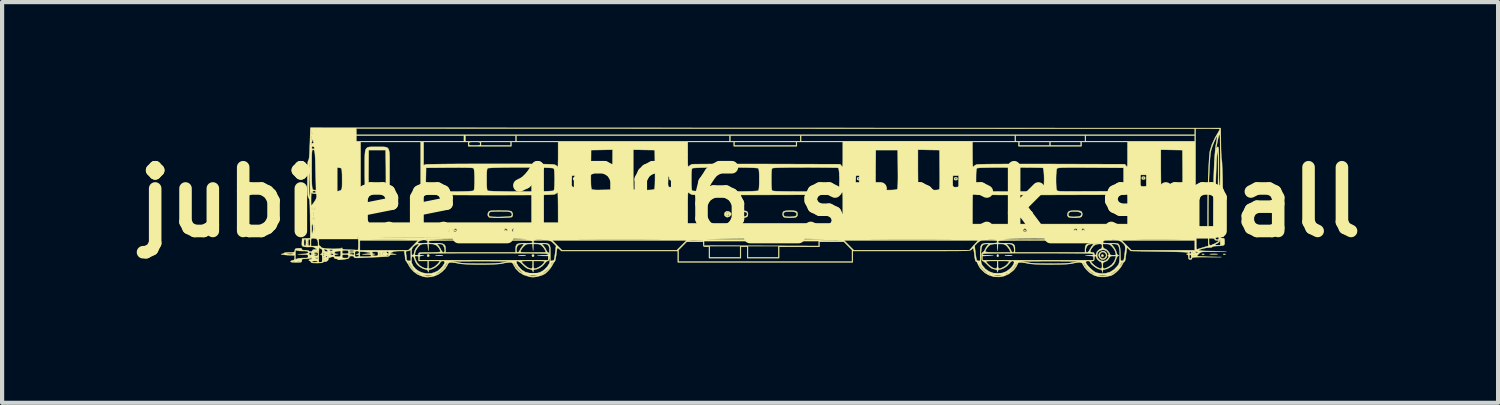
<source format=kicad_pcb>
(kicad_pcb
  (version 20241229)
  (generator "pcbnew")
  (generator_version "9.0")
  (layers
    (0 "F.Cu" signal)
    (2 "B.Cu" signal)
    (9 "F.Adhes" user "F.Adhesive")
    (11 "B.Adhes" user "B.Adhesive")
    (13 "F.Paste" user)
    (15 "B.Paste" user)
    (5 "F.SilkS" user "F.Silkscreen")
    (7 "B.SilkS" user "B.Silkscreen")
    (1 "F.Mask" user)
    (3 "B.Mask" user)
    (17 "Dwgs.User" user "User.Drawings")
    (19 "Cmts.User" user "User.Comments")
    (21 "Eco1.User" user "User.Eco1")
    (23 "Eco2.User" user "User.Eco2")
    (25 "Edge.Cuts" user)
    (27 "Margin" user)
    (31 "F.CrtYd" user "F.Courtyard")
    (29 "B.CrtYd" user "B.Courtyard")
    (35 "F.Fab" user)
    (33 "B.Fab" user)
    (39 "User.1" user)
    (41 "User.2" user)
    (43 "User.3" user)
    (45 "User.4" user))
  (footprint "jubilee_1996_stock_small"
    (layer "F.Cu")
    (at 14.884 1.783)
    (property "Reference" "jubilee_1996_stock_small" (at 0 0 0) (layer "F.SilkS") (effects (font (size 1.524 1.524) (thickness 0.3))))
    (attr through_hole)
    (fp_poly (pts (xy -7.677 1.261) (xy -7.669 1.285) (xy -7.678 1.298) (xy -7.703 1.306) (xy -7.715 1.296) (xy -7.723 1.272) (xy -7.714 1.259) (xy -7.69 1.251) (xy -7.677 1.261)) (stroke (width 0.01) (type solid)) (fill yes) (layer "F.SilkS"))
    (fp_poly (pts (xy -7.214 0.673) (xy -7.214 0.677) (xy -7.226 0.694) (xy -7.231 0.694) (xy -7.247 0.681) (xy -7.247 0.677) (xy -7.235 0.661) (xy -7.231 0.66) (xy -7.214 0.673)) (stroke (width 0.01) (type solid)) (fill yes) (layer "F.SilkS"))
    (fp_poly (pts (xy -7.03 0.67) (xy -7.027 0.677) (xy -7.041 0.692) (xy -7.053 0.694) (xy -7.075 0.685) (xy -7.078 0.677) (xy -7.064 0.662) (xy -7.053 0.66) (xy -7.03 0.67)) (stroke (width 0.01) (type solid)) (fill yes) (layer "F.SilkS"))
    (fp_poly (pts (xy -5.826 0.673) (xy -5.825 0.677) (xy -5.838 0.694) (xy -5.842 0.694) (xy -5.858 0.681) (xy -5.859 0.677) (xy -5.846 0.661) (xy -5.842 0.66) (xy -5.826 0.673)) (stroke (width 0.01) (type solid)) (fill yes) (layer "F.SilkS"))
    (fp_poly (pts (xy -5.639 0.673) (xy -5.639 0.677) (xy -5.652 0.694) (xy -5.656 0.694) (xy -5.672 0.681) (xy -5.673 0.677) (xy -5.66 0.661) (xy -5.656 0.66) (xy -5.639 0.673)) (stroke (width 0.01) (type solid)) (fill yes) (layer "F.SilkS"))
    (fp_poly (pts (xy -5.171 1.261) (xy -5.163 1.285) (xy -5.172 1.298) (xy -5.197 1.306) (xy -5.209 1.296) (xy -5.217 1.272) (xy -5.208 1.259) (xy -5.184 1.251) (xy -5.171 1.261)) (stroke (width 0.01) (type solid)) (fill yes) (layer "F.SilkS"))
    (fp_poly (pts (xy 5.937 1.26) (xy 5.937 1.26) (xy 5.945 1.284) (xy 5.934 1.3) (xy 5.914 1.31) (xy 5.904 1.297) (xy 5.902 1.267) (xy 5.916 1.251) (xy 5.937 1.26)) (stroke (width 0.01) (type solid)) (fill yes) (layer "F.SilkS"))
    (fp_poly (pts (xy 6.4 0.673) (xy 6.401 0.677) (xy 6.388 0.694) (xy 6.384 0.694) (xy 6.367 0.681) (xy 6.367 0.677) (xy 6.38 0.661) (xy 6.384 0.66) (xy 6.4 0.673)) (stroke (width 0.01) (type solid)) (fill yes) (layer "F.SilkS"))
    (fp_poly (pts (xy 6.587 0.673) (xy 6.587 0.677) (xy 6.574 0.694) (xy 6.57 0.694) (xy 6.554 0.681) (xy 6.553 0.677) (xy 6.566 0.661) (xy 6.57 0.66) (xy 6.587 0.673)) (stroke (width 0.01) (type solid)) (fill yes) (layer "F.SilkS"))
    (fp_poly (pts (xy 7.803 0.67) (xy 7.806 0.677) (xy 7.793 0.692) (xy 7.781 0.694) (xy 7.758 0.685) (xy 7.755 0.677) (xy 7.769 0.662) (xy 7.781 0.66) (xy 7.803 0.67)) (stroke (width 0.01) (type solid)) (fill yes) (layer "F.SilkS"))
    (fp_poly (pts (xy 7.99 0.67) (xy 7.993 0.677) (xy 7.979 0.692) (xy 7.967 0.694) (xy 7.945 0.685) (xy 7.942 0.677) (xy 7.955 0.662) (xy 7.967 0.66) (xy 7.99 0.67)) (stroke (width 0.01) (type solid)) (fill yes) (layer "F.SilkS"))
    (fp_poly (pts (xy 8.443 1.261) (xy 8.451 1.285) (xy 8.442 1.298) (xy 8.418 1.306) (xy 8.405 1.296) (xy 8.397 1.272) (xy 8.406 1.259) (xy 8.431 1.251) (xy 8.443 1.261)) (stroke (width 0.01) (type solid)) (fill yes) (layer "F.SilkS"))
    (fp_poly (pts (xy 10.859 1.242) (xy 10.859 1.248) (xy 10.833 1.25) (xy 10.829 1.25) (xy 10.803 1.247) (xy 10.805 1.242) (xy 10.808 1.241) (xy 10.845 1.239) (xy 10.859 1.242)) (stroke (width 0.01) (type solid)) (fill yes) (layer "F.SilkS"))
    (fp_poly (pts (xy 11.367 1.242) (xy 11.367 1.248) (xy 11.341 1.25) (xy 11.337 1.25) (xy 11.311 1.247) (xy 11.313 1.242) (xy 11.316 1.241) (xy 11.353 1.239) (xy 11.367 1.242)) (stroke (width 0.01) (type solid)) (fill yes) (layer "F.SilkS"))
    (fp_poly (pts (xy -7.369 1.274) (xy -7.362 1.275) (xy -7.345 1.277) (xy -7.359 1.28) (xy -7.399 1.281) (xy -7.434 1.281) (xy -7.489 1.28) (xy -7.518 1.279) (xy -7.519 1.276) (xy -7.506 1.275) (xy -7.438 1.272) (xy -7.369 1.274)) (stroke (width 0.01) (type solid)) (fill yes) (layer "F.SilkS"))
    (fp_poly (pts (xy -5.388 1.274) (xy -5.381 1.275) (xy -5.364 1.277) (xy -5.377 1.28) (xy -5.418 1.281) (xy -5.453 1.281) (xy -5.507 1.28) (xy -5.537 1.279) (xy -5.538 1.276) (xy -5.524 1.275) (xy -5.457 1.272) (xy -5.388 1.274)) (stroke (width 0.01) (type solid)) (fill yes) (layer "F.SilkS"))
    (fp_poly (pts (xy 6.246 1.274) (xy 6.253 1.275) (xy 6.27 1.277) (xy 6.256 1.28) (xy 6.215 1.281) (xy 6.181 1.281) (xy 6.126 1.28) (xy 6.096 1.279) (xy 6.095 1.276) (xy 6.109 1.275) (xy 6.176 1.272) (xy 6.246 1.274)) (stroke (width 0.01) (type solid)) (fill yes) (layer "F.SilkS"))
    (fp_poly (pts (xy 11.148 1.24) (xy 11.164 1.241) (xy 11.18 1.243) (xy 11.165 1.246) (xy 11.124 1.247) (xy 11.083 1.247) (xy 11.027 1.246) (xy 10.996 1.245) (xy 10.994 1.242) (xy 11.011 1.241) (xy 11.079 1.238) (xy 11.148 1.24)) (stroke (width 0.01) (type solid)) (fill yes) (layer "F.SilkS"))
    (fp_poly (pts (xy -9.966 0.567) (xy -9.957 0.593) (xy -9.967 0.619) (xy -9.999 0.627) (xy -10.032 0.619) (xy -10.041 0.593) (xy -10.025 0.593) (xy -10.011 0.608) (xy -9.999 0.61) (xy -9.977 0.6) (xy -9.974 0.593) (xy -9.987 0.578) (xy -9.999 0.576) (xy -10.022 0.585) (xy -10.025 0.593) (xy -10.041 0.593) (xy -10.032 0.566) (xy -9.999 0.559) (xy -9.966 0.567)) (stroke (width 0.01) (type solid)) (fill yes) (layer "F.SilkS"))
    (fp_poly (pts (xy -4.158 -0.585) (xy -4.149 -0.559) (xy -4.159 -0.532) (xy -4.191 -0.525) (xy -4.224 -0.533) (xy -4.233 -0.559) (xy -4.216 -0.559) (xy -4.203 -0.544) (xy -4.191 -0.542) (xy -4.168 -0.551) (xy -4.166 -0.559) (xy -4.179 -0.574) (xy -4.191 -0.576) (xy -4.214 -0.567) (xy -4.216 -0.559) (xy -4.233 -0.559) (xy -4.223 -0.585) (xy -4.191 -0.593) (xy -4.158 -0.585)) (stroke (width 0.01) (type solid)) (fill yes) (layer "F.SilkS"))
    (fp_poly (pts (xy -1.855 -0.585) (xy -1.846 -0.559) (xy -1.856 -0.532) (xy -1.888 -0.525) (xy -1.921 -0.533) (xy -1.93 -0.559) (xy -1.913 -0.559) (xy -1.9 -0.544) (xy -1.888 -0.542) (xy -1.866 -0.551) (xy -1.863 -0.559) (xy -1.876 -0.574) (xy -1.888 -0.576) (xy -1.911 -0.567) (xy -1.913 -0.559) (xy -1.93 -0.559) (xy -1.92 -0.585) (xy -1.888 -0.593) (xy -1.855 -0.585)) (stroke (width 0.01) (type solid)) (fill yes) (layer "F.SilkS"))
    (fp_poly (pts (xy 2.632 -0.585) (xy 2.642 -0.559) (xy 2.632 -0.532) (xy 2.599 -0.525) (xy 2.566 -0.533) (xy 2.557 -0.559) (xy 2.574 -0.559) (xy 2.588 -0.544) (xy 2.599 -0.542) (xy 2.622 -0.551) (xy 2.625 -0.559) (xy 2.611 -0.574) (xy 2.599 -0.576) (xy 2.577 -0.567) (xy 2.574 -0.559) (xy 2.557 -0.559) (xy 2.567 -0.585) (xy 2.599 -0.593) (xy 2.632 -0.585)) (stroke (width 0.01) (type solid)) (fill yes) (layer "F.SilkS"))
    (fp_poly (pts (xy 4.952 -0.585) (xy 4.961 -0.559) (xy 4.952 -0.532) (xy 4.919 -0.525) (xy 4.886 -0.533) (xy 4.877 -0.559) (xy 4.894 -0.559) (xy 4.907 -0.544) (xy 4.919 -0.542) (xy 4.942 -0.551) (xy 4.945 -0.559) (xy 4.931 -0.574) (xy 4.919 -0.576) (xy 4.897 -0.567) (xy 4.894 -0.559) (xy 4.877 -0.559) (xy 4.887 -0.585) (xy 4.919 -0.593) (xy 4.952 -0.585)) (stroke (width 0.01) (type solid)) (fill yes) (layer "F.SilkS"))
    (fp_poly (pts (xy 9.44 -0.602) (xy 9.449 -0.576) (xy 9.439 -0.549) (xy 9.406 -0.542) (xy 9.373 -0.55) (xy 9.364 -0.576) (xy 9.381 -0.576) (xy 9.395 -0.561) (xy 9.406 -0.559) (xy 9.429 -0.568) (xy 9.432 -0.576) (xy 9.418 -0.591) (xy 9.406 -0.593) (xy 9.384 -0.584) (xy 9.381 -0.576) (xy 9.364 -0.576) (xy 9.374 -0.602) (xy 9.406 -0.61) (xy 9.44 -0.602)) (stroke (width 0.01) (type solid)) (fill yes) (layer "F.SilkS"))
    (fp_poly (pts (xy -9.967 0.413) (xy -9.957 0.441) (xy -9.957 0.449) (xy -9.965 0.483) (xy -9.988 0.491) (xy -10.02 0.486) (xy -10.03 0.48) (xy -10.04 0.455) (xy -10.041 0.437) (xy -10.04 0.434) (xy -10.022 0.434) (xy -10.018 0.457) (xy -10.013 0.463) (xy -9.988 0.474) (xy -9.974 0.456) (xy -9.974 0.449) (xy -9.987 0.426) (xy -9.999 0.423) (xy -10.022 0.434) (xy -10.04 0.434) (xy -10.03 0.413) (xy -9.999 0.406) (xy -9.967 0.413)) (stroke (width 0.01) (type solid)) (fill yes) (layer "F.SilkS"))
    (fp_poly (pts (xy 8.504 1.198) (xy 8.53 1.243) (xy 8.534 1.274) (xy 8.521 1.324) (xy 8.486 1.358) (xy 8.441 1.373) (xy 8.394 1.365) (xy 8.358 1.334) (xy 8.334 1.28) (xy 8.337 1.262) (xy 8.358 1.262) (xy 8.368 1.306) (xy 8.373 1.313) (xy 8.411 1.348) (xy 8.454 1.351) (xy 8.491 1.328) (xy 8.515 1.284) (xy 8.507 1.239) (xy 8.485 1.212) (xy 8.443 1.191) (xy 8.403 1.197) (xy 8.373 1.223) (xy 8.358 1.262) (xy 8.337 1.262) (xy 8.342 1.232) (xy 8.365 1.202) (xy 8.413 1.174) (xy 8.462 1.173) (xy 8.504 1.198)) (stroke (width 0.01) (type solid)) (fill yes) (layer "F.SilkS"))
    (fp_poly (pts (xy 6.664 0.206) (xy 6.715 0.215) (xy 6.744 0.235) (xy 6.755 0.267) (xy 6.756 0.288) (xy 6.751 0.326) (xy 6.733 0.351) (xy 6.695 0.366) (xy 6.633 0.372) (xy 6.579 0.373) (xy 6.502 0.37) (xy 6.447 0.363) (xy 6.421 0.352) (xy 6.403 0.313) (xy 6.403 0.311) (xy 6.422 0.311) (xy 6.441 0.336) (xy 6.487 0.35) (xy 6.561 0.353) (xy 6.584 0.352) (xy 6.654 0.347) (xy 6.698 0.339) (xy 6.723 0.326) (xy 6.729 0.318) (xy 6.741 0.278) (xy 6.721 0.249) (xy 6.669 0.23) (xy 6.611 0.223) (xy 6.528 0.222) (xy 6.473 0.23) (xy 6.44 0.248) (xy 6.426 0.272) (xy 6.422 0.311) (xy 6.403 0.311) (xy 6.407 0.265) (xy 6.427 0.23) (xy 6.454 0.215) (xy 6.5 0.206) (xy 6.573 0.203) (xy 6.585 0.203) (xy 6.664 0.206)) (stroke (width 0.01) (type solid)) (fill yes) (layer "F.SilkS"))
    (fp_poly (pts (xy 7.849 0.206) (xy 7.9 0.215) (xy 7.929 0.235) (xy 7.941 0.267) (xy 7.942 0.288) (xy 7.937 0.326) (xy 7.918 0.351) (xy 7.881 0.366) (xy 7.818 0.372) (xy 7.764 0.373) (xy 7.687 0.37) (xy 7.632 0.363) (xy 7.606 0.352) (xy 7.588 0.313) (xy 7.588 0.311) (xy 7.607 0.311) (xy 7.626 0.336) (xy 7.672 0.35) (xy 7.746 0.353) (xy 7.769 0.352) (xy 7.839 0.347) (xy 7.883 0.339) (xy 7.908 0.326) (xy 7.914 0.318) (xy 7.926 0.278) (xy 7.906 0.249) (xy 7.855 0.23) (xy 7.797 0.223) (xy 7.714 0.222) (xy 7.658 0.23) (xy 7.625 0.248) (xy 7.611 0.272) (xy 7.607 0.311) (xy 7.588 0.311) (xy 7.592 0.265) (xy 7.613 0.23) (xy 7.639 0.215) (xy 7.686 0.206) (xy 7.758 0.203) (xy 7.77 0.203) (xy 7.849 0.206)) (stroke (width 0.01) (type solid)) (fill yes) (layer "F.SilkS"))
    (fp_poly (pts (xy -0.148 0.206) (xy -0.095 0.214) (xy -0.065 0.232) (xy -0.053 0.262) (xy -0.051 0.288) (xy -0.056 0.326) (xy -0.074 0.351) (xy -0.112 0.366) (xy -0.174 0.372) (xy -0.229 0.373) (xy -0.305 0.37) (xy -0.36 0.363) (xy -0.386 0.352) (xy -0.402 0.321) (xy -0.406 0.288) (xy -0.406 0.287) (xy -0.389 0.287) (xy -0.382 0.32) (xy -0.356 0.341) (xy -0.307 0.351) (xy -0.231 0.352) (xy -0.222 0.352) (xy -0.152 0.347) (xy -0.108 0.339) (xy -0.084 0.325) (xy -0.078 0.318) (xy -0.069 0.281) (xy -0.078 0.258) (xy -0.097 0.241) (xy -0.133 0.231) (xy -0.193 0.225) (xy -0.219 0.224) (xy -0.301 0.224) (xy -0.354 0.234) (xy -0.382 0.255) (xy -0.389 0.287) (xy -0.406 0.287) (xy -0.401 0.249) (xy -0.383 0.224) (xy -0.345 0.21) (xy -0.283 0.204) (xy -0.229 0.203) (xy -0.148 0.206)) (stroke (width 0.01) (type solid)) (fill yes) (layer "F.SilkS"))
    (fp_poly (pts (xy 1.037 0.206) (xy 1.09 0.214) (xy 1.12 0.232) (xy 1.133 0.262) (xy 1.135 0.288) (xy 1.13 0.326) (xy 1.111 0.351) (xy 1.073 0.366) (xy 1.011 0.372) (xy 0.957 0.373) (xy 0.88 0.37) (xy 0.825 0.363) (xy 0.799 0.352) (xy 0.784 0.321) (xy 0.779 0.288) (xy 0.779 0.287) (xy 0.796 0.287) (xy 0.803 0.32) (xy 0.829 0.341) (xy 0.878 0.351) (xy 0.955 0.352) (xy 0.963 0.352) (xy 1.033 0.347) (xy 1.077 0.339) (xy 1.101 0.325) (xy 1.107 0.318) (xy 1.117 0.281) (xy 1.107 0.258) (xy 1.088 0.241) (xy 1.053 0.231) (xy 0.993 0.225) (xy 0.966 0.224) (xy 0.885 0.224) (xy 0.832 0.234) (xy 0.804 0.255) (xy 0.796 0.287) (xy 0.779 0.287) (xy 0.784 0.249) (xy 0.802 0.224) (xy 0.84 0.21) (xy 0.902 0.204) (xy 0.957 0.203) (xy 1.037 0.206)) (stroke (width 0.01) (type solid)) (fill yes) (layer "F.SilkS"))
    (fp_poly (pts (xy -0.515 0.22) (xy -0.484 0.239) (xy -0.455 0.268) (xy -0.452 0.293) (xy -0.458 0.306) (xy -0.495 0.347) (xy -0.543 0.36) (xy -0.569 0.355) (xy -0.603 0.328) (xy -0.607 0.315) (xy -0.57 0.315) (xy -0.567 0.322) (xy -0.552 0.338) (xy -0.549 0.339) (xy -0.542 0.326) (xy -0.542 0.322) (xy -0.549 0.312) (xy -0.525 0.312) (xy -0.519 0.337) (xy -0.505 0.329) (xy -0.5 0.323) (xy -0.502 0.301) (xy -0.508 0.297) (xy -0.522 0.3) (xy -0.525 0.312) (xy -0.549 0.312) (xy -0.555 0.305) (xy -0.56 0.305) (xy -0.57 0.315) (xy -0.607 0.315) (xy -0.616 0.288) (xy -0.605 0.254) (xy -0.567 0.254) (xy -0.566 0.27) (xy -0.56 0.271) (xy -0.543 0.259) (xy -0.542 0.254) (xy -0.525 0.254) (xy -0.519 0.268) (xy -0.514 0.265) (xy -0.512 0.245) (xy -0.514 0.243) (xy -0.524 0.245) (xy -0.525 0.254) (xy -0.542 0.254) (xy -0.548 0.238) (xy -0.549 0.237) (xy -0.564 0.249) (xy -0.567 0.254) (xy -0.605 0.254) (xy -0.604 0.249) (xy -0.604 0.249) (xy -0.562 0.218) (xy -0.515 0.22)) (stroke (width 0.01) (type solid)) (fill yes) (layer "F.SilkS"))
    (fp_poly (pts (xy -5.877 0.204) (xy -5.803 0.206) (xy -5.754 0.21) (xy -5.722 0.217) (xy -5.703 0.227) (xy -5.699 0.23) (xy -5.677 0.271) (xy -5.676 0.319) (xy -5.693 0.352) (xy -5.716 0.359) (xy -5.766 0.365) (xy -5.835 0.369) (xy -5.915 0.372) (xy -6 0.373) (xy -6.083 0.373) (xy -6.155 0.37) (xy -6.21 0.366) (xy -6.239 0.361) (xy -6.241 0.36) (xy -6.269 0.323) (xy -6.269 0.311) (xy -6.247 0.311) (xy -6.234 0.34) (xy -6.227 0.344) (xy -6.196 0.35) (xy -6.141 0.353) (xy -6.07 0.355) (xy -5.989 0.355) (xy -5.906 0.353) (xy -5.829 0.35) (xy -5.766 0.346) (xy -5.723 0.34) (xy -5.71 0.335) (xy -5.691 0.298) (xy -5.705 0.259) (xy -5.716 0.247) (xy -5.733 0.236) (xy -5.763 0.228) (xy -5.809 0.223) (xy -5.879 0.221) (xy -5.975 0.22) (xy -6.087 0.222) (xy -6.165 0.226) (xy -6.213 0.233) (xy -6.228 0.24) (xy -6.245 0.273) (xy -6.247 0.311) (xy -6.269 0.311) (xy -6.27 0.274) (xy -6.257 0.243) (xy -6.246 0.228) (xy -6.231 0.217) (xy -6.208 0.21) (xy -6.172 0.206) (xy -6.115 0.204) (xy -6.033 0.203) (xy -5.978 0.203) (xy -5.877 0.204)) (stroke (width 0.01) (type solid)) (fill yes) (layer "F.SilkS"))
    (fp_poly (pts (xy -8.974 -1.321) (xy -8.915 -1.321) (xy -8.834 -1.322) (xy -8.769 -1.321) (xy -8.718 -1.317) (xy -8.68 -1.305) (xy -8.653 -1.282) (xy -8.636 -1.244) (xy -8.625 -1.189) (xy -8.62 -1.112) (xy -8.619 -1.011) (xy -8.619 -0.882) (xy -8.619 -0.773) (xy -8.619 -0.619) (xy -8.619 -0.495) (xy -8.622 -0.399) (xy -8.628 -0.326) (xy -8.641 -0.274) (xy -8.661 -0.239) (xy -8.69 -0.217) (xy -8.73 -0.207) (xy -8.783 -0.203) (xy -8.851 -0.203) (xy -8.915 -0.203) (xy -9.007 -0.203) (xy -9.07 -0.205) (xy -9.113 -0.208) (xy -9.14 -0.215) (xy -9.157 -0.226) (xy -9.172 -0.242) (xy -9.177 -0.248) (xy -9.187 -0.262) (xy -9.195 -0.279) (xy -9.201 -0.302) (xy -9.205 -0.336) (xy -9.208 -0.384) (xy -9.21 -0.451) (xy -9.211 -0.54) (xy -9.212 -0.636) (xy -9.124 -0.636) (xy -9.124 -0.514) (xy -9.122 -0.423) (xy -9.118 -0.359) (xy -9.113 -0.322) (xy -9.108 -0.311) (xy -9.088 -0.3) (xy -9.047 -0.293) (xy -8.98 -0.289) (xy -8.905 -0.288) (xy -8.824 -0.288) (xy -8.771 -0.29) (xy -8.739 -0.295) (xy -8.722 -0.303) (xy -8.714 -0.317) (xy -8.712 -0.326) (xy -8.71 -0.353) (xy -8.708 -0.408) (xy -8.707 -0.488) (xy -8.706 -0.587) (xy -8.707 -0.699) (xy -8.707 -0.804) (xy -8.712 -1.245) (xy -9.119 -1.245) (xy -9.123 -0.789) (xy -9.124 -0.636) (xy -9.212 -0.636) (xy -9.212 -0.656) (xy -9.212 -0.773) (xy -9.212 -0.924) (xy -9.212 -1.044) (xy -9.21 -1.138) (xy -9.203 -1.208) (xy -9.191 -1.257) (xy -9.17 -1.29) (xy -9.141 -1.31) (xy -9.099 -1.319) (xy -9.044 -1.322) (xy -8.974 -1.321)) (stroke (width 0.01) (type solid)) (fill yes) (layer "F.SilkS"))
    (fp_poly (pts (xy 0.37 -1.774) (xy 11.252 -1.77) (xy 11.257 -1.398) (xy 11.259 -1.289) (xy 11.262 -1.191) (xy 11.266 -1.108) (xy 11.27 -1.048) (xy 11.275 -1.013) (xy 11.277 -1.008) (xy 11.28 -0.988) (xy 11.284 -0.937) (xy 11.287 -0.858) (xy 11.291 -0.753) (xy 11.295 -0.627) (xy 11.298 -0.481) (xy 11.301 -0.32) (xy 11.304 -0.144) (xy 11.305 -0.08) (xy 11.317 0.83) (xy 11.268 0.83) (xy 11.237 0.832) (xy 11.236 0.841) (xy 11.244 0.847) (xy 11.281 0.86) (xy 11.307 0.863) (xy 11.33 0.867) (xy 11.341 0.884) (xy 11.345 0.922) (xy 11.345 0.946) (xy 11.344 0.996) (xy 11.336 1.021) (xy 11.314 1.033) (xy 11.282 1.039) (xy 11.223 1.046) (xy 11.156 1.049) (xy 11.138 1.05) (xy 11.091 1.053) (xy 11.062 1.061) (xy 11.057 1.067) (xy 11.042 1.077) (xy 11.005 1.083) (xy 10.987 1.084) (xy 10.936 1.088) (xy 10.877 1.098) (xy 10.818 1.112) (xy 10.768 1.127) (xy 10.736 1.142) (xy 10.729 1.154) (xy 10.748 1.158) (xy 10.795 1.163) (xy 10.866 1.167) (xy 10.954 1.17) (xy 11.055 1.172) (xy 11.063 1.172) (xy 11.388 1.176) (xy 11.083 1.181) (xy 10.975 1.183) (xy 10.895 1.185) (xy 10.839 1.188) (xy 10.8 1.193) (xy 10.774 1.2) (xy 10.755 1.211) (xy 10.738 1.226) (xy 10.732 1.231) (xy 10.702 1.263) (xy 10.686 1.287) (xy 10.685 1.29) (xy 10.701 1.294) (xy 10.746 1.298) (xy 10.815 1.302) (xy 10.902 1.306) (xy 11.003 1.309) (xy 11.028 1.309) (xy 11.133 1.311) (xy 11.208 1.312) (xy 11.252 1.313) (xy 11.266 1.314) (xy 11.248 1.314) (xy 11.198 1.314) (xy 11.115 1.314) (xy 11 1.314) (xy 10.969 1.314) (xy 10.841 1.313) (xy 10.744 1.314) (xy 10.673 1.315) (xy 10.624 1.317) (xy 10.592 1.321) (xy 10.575 1.327) (xy 10.568 1.334) (xy 10.566 1.342) (xy 10.554 1.366) (xy 10.524 1.372) (xy 10.495 1.367) (xy 10.484 1.347) (xy 10.482 1.314) (xy 10.48 1.304) (xy 10.499 1.304) (xy 10.506 1.344) (xy 10.524 1.355) (xy 10.544 1.34) (xy 10.549 1.304) (xy 10.545 1.28) (xy 10.582 1.28) (xy 10.606 1.283) (xy 10.617 1.283) (xy 10.648 1.281) (xy 10.652 1.277) (xy 10.647 1.275) (xy 10.604 1.273) (xy 10.588 1.275) (xy 10.582 1.28) (xy 10.545 1.28) (xy 10.542 1.264) (xy 10.524 1.253) (xy 10.504 1.268) (xy 10.499 1.304) (xy 10.48 1.304) (xy 10.475 1.268) (xy 10.453 1.248) (xy 10.452 1.248) (xy 10.431 1.241) (xy 10.443 1.239) (xy 10.452 1.238) (xy 10.477 1.226) (xy 10.482 1.213) (xy 10.479 1.211) (xy 10.499 1.211) (xy 10.512 1.233) (xy 10.524 1.236) (xy 10.535 1.23) (xy 10.581 1.23) (xy 10.603 1.233) (xy 10.609 1.233) (xy 10.638 1.231) (xy 10.64 1.226) (xy 10.639 1.225) (xy 10.605 1.222) (xy 10.588 1.224) (xy 10.581 1.23) (xy 10.535 1.23) (xy 10.547 1.223) (xy 10.549 1.211) (xy 10.539 1.194) (xy 10.566 1.194) (xy 10.575 1.202) (xy 10.583 1.194) (xy 10.578 1.188) (xy 10.639 1.188) (xy 10.645 1.198) (xy 10.651 1.202) (xy 10.683 1.216) (xy 10.707 1.217) (xy 10.712 1.206) (xy 10.71 1.202) (xy 10.687 1.189) (xy 10.663 1.186) (xy 10.639 1.188) (xy 10.578 1.188) (xy 10.575 1.185) (xy 10.566 1.194) (xy 10.539 1.194) (xy 10.536 1.188) (xy 10.524 1.185) (xy 10.502 1.199) (xy 10.499 1.211) (xy 10.479 1.211) (xy 10.476 1.208) (xy 10.457 1.203) (xy 10.423 1.198) (xy 10.37 1.194) (xy 10.296 1.191) (xy 10.198 1.188) (xy 10.074 1.185) (xy 9.92 1.182) (xy 9.793 1.18) (xy 9.104 1.168) (xy 9.058 1.125) (xy 9.013 1.081) (xy 9.003 1.138) (xy 8.996 1.184) (xy 8.988 1.25) (xy 8.981 1.308) (xy 8.972 1.372) (xy 8.961 1.412) (xy 8.95 1.422) (xy 8.932 1.437) (xy 8.909 1.472) (xy 8.899 1.494) (xy 8.86 1.56) (xy 8.803 1.628) (xy 8.737 1.689) (xy 8.67 1.737) (xy 8.624 1.758) (xy 8.481 1.787) (xy 8.35 1.785) (xy 8.257 1.76) (xy 8.325 1.76) (xy 8.331 1.762) (xy 8.414 1.774) (xy 8.506 1.766) (xy 8.526 1.762) (xy 8.538 1.756) (xy 8.517 1.752) (xy 8.464 1.75) (xy 8.433 1.75) (xy 8.368 1.751) (xy 8.331 1.754) (xy 8.325 1.76) (xy 8.257 1.76) (xy 8.23 1.752) (xy 8.122 1.688) (xy 8.088 1.658) (xy 8.037 1.606) (xy 7.993 1.55) (xy 7.968 1.508) (xy 7.946 1.465) (xy 7.923 1.445) (xy 7.886 1.44) (xy 7.866 1.439) (xy 7.966 1.439) (xy 7.968 1.453) (xy 7.982 1.486) (xy 7.991 1.503) (xy 8.027 1.558) (xy 8.076 1.615) (xy 8.131 1.666) (xy 8.184 1.705) (xy 8.227 1.725) (xy 8.238 1.726) (xy 8.238 1.726) (xy 8.626 1.726) (xy 8.629 1.727) (xy 8.653 1.718) (xy 8.692 1.694) (xy 8.714 1.679) (xy 8.759 1.643) (xy 8.795 1.609) (xy 8.805 1.599) (xy 8.809 1.588) (xy 8.793 1.599) (xy 8.779 1.611) (xy 8.729 1.652) (xy 8.674 1.689) (xy 8.67 1.692) (xy 8.638 1.713) (xy 8.626 1.726) (xy 8.238 1.726) (xy 8.237 1.719) (xy 8.212 1.703) (xy 8.204 1.699) (xy 8.127 1.646) (xy 8.056 1.575) (xy 8.008 1.503) (xy 7.986 1.464) (xy 7.97 1.441) (xy 7.969 1.441) (xy 8.026 1.441) (xy 8.039 1.473) (xy 8.072 1.517) (xy 8.119 1.567) (xy 8.173 1.617) (xy 8.226 1.658) (xy 8.271 1.685) (xy 8.28 1.688) (xy 8.389 1.708) (xy 8.501 1.703) (xy 8.603 1.674) (xy 8.611 1.67) (xy 8.704 1.611) (xy 8.764 1.55) (xy 8.832 1.55) (xy 8.842 1.54) (xy 8.855 1.524) (xy 8.881 1.484) (xy 8.896 1.452) (xy 8.901 1.426) (xy 8.892 1.431) (xy 8.871 1.467) (xy 8.857 1.494) (xy 8.837 1.536) (xy 8.832 1.55) (xy 8.764 1.55) (xy 8.784 1.529) (xy 8.811 1.491) (xy 8.824 1.453) (xy 8.834 1.391) (xy 8.839 1.315) (xy 8.84 1.234) (xy 8.836 1.158) (xy 8.828 1.097) (xy 8.821 1.072) (xy 8.799 1.029) (xy 8.768 1.007) (xy 8.717 1) (xy 8.698 0.999) (xy 8.632 0.999) (xy 8.685 1.059) (xy 8.723 1.115) (xy 8.752 1.179) (xy 8.756 1.194) (xy 8.776 1.248) (xy 8.799 1.271) (xy 8.803 1.272) (xy 8.821 1.275) (xy 8.806 1.28) (xy 8.801 1.282) (xy 8.777 1.303) (xy 8.757 1.349) (xy 8.753 1.36) (xy 8.731 1.42) (xy 8.7 1.476) (xy 8.694 1.484) (xy 8.649 1.528) (xy 8.588 1.568) (xy 8.524 1.597) (xy 8.47 1.609) (xy 8.47 1.609) (xy 8.439 1.619) (xy 8.43 1.647) (xy 8.428 1.685) (xy 8.421 1.647) (xy 8.402 1.615) (xy 8.38 1.609) (xy 8.333 1.598) (xy 8.277 1.571) (xy 8.22 1.532) (xy 8.171 1.49) (xy 8.138 1.449) (xy 8.128 1.421) (xy 8.118 1.414) (xy 8.14 1.414) (xy 8.187 1.47) (xy 8.236 1.516) (xy 8.295 1.557) (xy 8.352 1.584) (xy 8.386 1.591) (xy 8.405 1.585) (xy 8.414 1.56) (xy 8.416 1.517) (xy 8.433 1.517) (xy 8.436 1.564) (xy 8.451 1.588) (xy 8.481 1.589) (xy 8.532 1.571) (xy 8.563 1.556) (xy 8.648 1.497) (xy 8.709 1.416) (xy 8.735 1.35) (xy 8.752 1.287) (xy 8.68 1.287) (xy 8.633 1.29) (xy 8.605 1.304) (xy 8.584 1.338) (xy 8.581 1.345) (xy 8.541 1.397) (xy 8.493 1.422) (xy 8.456 1.437) (xy 8.438 1.457) (xy 8.433 1.494) (xy 8.433 1.517) (xy 8.416 1.517) (xy 8.416 1.515) (xy 8.412 1.463) (xy 8.399 1.435) (xy 8.386 1.428) (xy 8.342 1.403) (xy 8.304 1.366) (xy 8.282 1.329) (xy 8.28 1.318) (xy 8.269 1.292) (xy 8.255 1.287) (xy 8.236 1.3) (xy 8.23 1.342) (xy 8.23 1.345) (xy 8.226 1.385) (xy 8.209 1.403) (xy 8.185 1.409) (xy 8.14 1.414) (xy 8.118 1.414) (xy 8.113 1.41) (xy 8.078 1.405) (xy 8.077 1.405) (xy 8.04 1.411) (xy 8.027 1.43) (xy 8.026 1.441) (xy 7.969 1.441) (xy 7.966 1.439) (xy 7.866 1.439) (xy 7.805 1.445) (xy 7.736 1.458) (xy 7.712 1.465) (xy 7.664 1.473) (xy 7.588 1.481) (xy 7.49 1.486) (xy 7.377 1.49) (xy 7.254 1.491) (xy 7.127 1.492) (xy 7.002 1.49) (xy 6.885 1.487) (xy 6.782 1.482) (xy 6.7 1.475) (xy 6.644 1.466) (xy 6.638 1.465) (xy 6.571 1.45) (xy 6.505 1.441) (xy 6.476 1.44) (xy 6.431 1.442) (xy 6.406 1.457) (xy 6.389 1.492) (xy 6.385 1.501) (xy 6.36 1.548) (xy 6.32 1.603) (xy 6.293 1.633) (xy 6.19 1.714) (xy 6.076 1.766) (xy 5.956 1.789) (xy 5.835 1.783) (xy 5.754 1.76) (xy 5.819 1.76) (xy 5.825 1.762) (xy 5.907 1.774) (xy 6 1.766) (xy 6.02 1.762) (xy 6.032 1.756) (xy 6.011 1.752) (xy 5.958 1.75) (xy 5.927 1.75) (xy 5.862 1.751) (xy 5.825 1.754) (xy 5.819 1.76) (xy 5.754 1.76) (xy 5.719 1.749) (xy 5.661 1.716) (xy 5.712 1.716) (xy 5.715 1.726) (xy 5.723 1.727) (xy 5.737 1.721) (xy 5.736 1.719) (xy 5.791 1.719) (xy 5.8 1.727) (xy 5.808 1.719) (xy 5.807 1.717) (xy 6.115 1.717) (xy 6.119 1.726) (xy 6.129 1.727) (xy 6.152 1.715) (xy 6.155 1.71) (xy 6.152 1.701) (xy 6.139 1.704) (xy 6.115 1.717) (xy 5.807 1.717) (xy 5.8 1.71) (xy 5.791 1.719) (xy 5.736 1.719) (xy 5.735 1.716) (xy 5.715 1.714) (xy 5.712 1.716) (xy 5.661 1.716) (xy 5.611 1.687) (xy 5.518 1.597) (xy 5.508 1.585) (xy 5.475 1.535) (xy 5.45 1.487) (xy 5.448 1.482) (xy 5.469 1.482) (xy 5.48 1.507) (xy 5.509 1.546) (xy 5.547 1.593) (xy 5.587 1.637) (xy 5.624 1.67) (xy 5.63 1.674) (xy 5.671 1.702) (xy 5.687 1.709) (xy 5.677 1.696) (xy 5.64 1.663) (xy 5.632 1.657) (xy 5.58 1.608) (xy 5.53 1.551) (xy 5.518 1.536) (xy 5.491 1.5) (xy 5.473 1.481) (xy 5.469 1.482) (xy 5.448 1.482) (xy 5.444 1.469) (xy 5.43 1.439) (xy 5.453 1.439) (xy 5.459 1.453) (xy 5.464 1.451) (xy 5.466 1.431) (xy 5.464 1.428) (xy 5.454 1.43) (xy 5.453 1.439) (xy 5.43 1.439) (xy 5.428 1.435) (xy 5.41 1.422) (xy 5.397 1.415) (xy 5.386 1.392) (xy 5.376 1.346) (xy 5.366 1.275) (xy 5.358 1.206) (xy 5.35 1.152) (xy 5.342 1.113) (xy 5.334 1.101) (xy 5.315 1.112) (xy 5.292 1.135) (xy 5.286 1.141) (xy 5.277 1.146) (xy 5.265 1.15) (xy 5.247 1.154) (xy 5.219 1.158) (xy 5.181 1.16) (xy 5.13 1.163) (xy 5.064 1.164) (xy 4.981 1.166) (xy 4.878 1.167) (xy 4.753 1.167) (xy 4.604 1.168) (xy 4.429 1.168) (xy 4.226 1.168) (xy 3.992 1.168) (xy 3.858 1.168) (xy 2.455 1.168) (xy 2.455 1.439) (xy -1.727 1.439) (xy -1.727 1.168) (xy -4.511 1.168) (xy -4.558 1.123) (xy -4.582 1.102) (xy -4.598 1.093) (xy -4.61 1.102) (xy -4.619 1.132) (xy -4.627 1.187) (xy -4.637 1.27) (xy -4.647 1.335) (xy -4.658 1.387) (xy -4.668 1.415) (xy -4.671 1.419) (xy -4.688 1.436) (xy -4.712 1.475) (xy -4.727 1.504) (xy -4.761 1.56) (xy -4.809 1.621) (xy -4.846 1.661) (xy -4.896 1.705) (xy -4.944 1.734) (xy -5.003 1.756) (xy -5.054 1.77) (xy -5.127 1.786) (xy -5.182 1.793) (xy -5.232 1.79) (xy -5.275 1.782) (xy -5.344 1.76) (xy -5.289 1.76) (xy -5.283 1.762) (xy -5.202 1.774) (xy -5.117 1.767) (xy -5.097 1.762) (xy -5.089 1.756) (xy -5.114 1.752) (xy -5.168 1.75) (xy -5.19 1.75) (xy -5.252 1.751) (xy -5.286 1.755) (xy -5.289 1.76) (xy -5.344 1.76) (xy -5.408 1.74) (xy -5.444 1.719) (xy -5.402 1.719) (xy -5.393 1.727) (xy -5.385 1.719) (xy -5.317 1.719) (xy -5.309 1.727) (xy -5.3 1.719) (xy -5.08 1.719) (xy -5.072 1.727) (xy -5.063 1.719) (xy -5.066 1.716) (xy -5.007 1.716) (xy -5.004 1.726) (xy -4.995 1.727) (xy -4.981 1.721) (xy -4.984 1.716) (xy -5.004 1.714) (xy -5.007 1.716) (xy -5.066 1.716) (xy -5.072 1.71) (xy -5.08 1.719) (xy -5.3 1.719) (xy -5.309 1.71) (xy -5.317 1.719) (xy -5.385 1.719) (xy -5.393 1.71) (xy -5.402 1.719) (xy -5.444 1.719) (xy -5.462 1.708) (xy -4.956 1.708) (xy -4.955 1.71) (xy -4.935 1.701) (xy -4.899 1.677) (xy -4.885 1.667) (xy -4.841 1.627) (xy -4.806 1.585) (xy -4.801 1.578) (xy -4.773 1.532) (xy -4.813 1.578) (xy -4.853 1.62) (xy -4.902 1.661) (xy -4.91 1.667) (xy -4.942 1.693) (xy -4.956 1.708) (xy -5.462 1.708) (xy -5.518 1.675) (xy -5.602 1.589) (xy -5.649 1.51) (xy -5.671 1.467) (xy -5.693 1.447) (xy -5.656 1.447) (xy -5.645 1.478) (xy -5.617 1.524) (xy -5.579 1.575) (xy -5.537 1.624) (xy -5.499 1.661) (xy -5.489 1.669) (xy -5.443 1.699) (xy -5.424 1.708) (xy -5.431 1.697) (xy -5.466 1.665) (xy -5.486 1.647) (xy -5.539 1.595) (xy -5.589 1.535) (xy -5.608 1.509) (xy -5.634 1.469) (xy -5.652 1.448) (xy -5.656 1.447) (xy -5.693 1.447) (xy -5.694 1.447) (xy -5.731 1.44) (xy -5.757 1.44) (xy -5.822 1.445) (xy -5.893 1.459) (xy -5.917 1.465) (xy -5.965 1.474) (xy -6.041 1.481) (xy -6.138 1.486) (xy -6.252 1.49) (xy -6.375 1.492) (xy -6.501 1.492) (xy -6.625 1.49) (xy -6.74 1.486) (xy -6.841 1.481) (xy -6.921 1.474) (xy -6.975 1.465) (xy -6.977 1.465) (xy -7.043 1.45) (xy -7.11 1.441) (xy -7.139 1.44) (xy -7.184 1.442) (xy -7.21 1.456) (xy -7.231 1.489) (xy -7.239 1.508) (xy -7.29 1.588) (xy -7.365 1.663) (xy -7.452 1.725) (xy -7.543 1.765) (xy -7.548 1.767) (xy -7.633 1.786) (xy -7.712 1.793) (xy -7.773 1.789) (xy -7.781 1.787) (xy -7.806 1.78) (xy -7.851 1.767) (xy -7.874 1.76) (xy -7.876 1.759) (xy -7.807 1.759) (xy -7.798 1.762) (xy -7.705 1.774) (xy -7.619 1.766) (xy -7.603 1.762) (xy -7.597 1.756) (xy -7.622 1.752) (xy -7.676 1.75) (xy -7.705 1.75) (xy -7.772 1.751) (xy -7.806 1.754) (xy -7.807 1.759) (xy -7.876 1.759) (xy -7.963 1.719) (xy -8.049 1.653) (xy -8.122 1.57) (xy -8.153 1.521) (xy -8.183 1.469) (xy -8.21 1.427) (xy -8.214 1.422) (xy -8.171 1.422) (xy -8.171 1.435) (xy -8.157 1.467) (xy -8.133 1.511) (xy -8.104 1.557) (xy -8.075 1.598) (xy -8.068 1.606) (xy -8.038 1.64) (xy -8.018 1.658) (xy -8.015 1.659) (xy -8.016 1.657) (xy -8.001 1.657) (xy -7.961 1.692) (xy -7.928 1.717) (xy -7.903 1.727) (xy -7.9 1.726) (xy -7.515 1.726) (xy -7.513 1.727) (xy -7.49 1.72) (xy -7.454 1.703) (xy -7.402 1.666) (xy -7.344 1.611) (xy -7.292 1.549) (xy -7.257 1.494) (xy -7.241 1.459) (xy -7.237 1.44) (xy -7.238 1.439) (xy -7.25 1.453) (xy -7.271 1.487) (xy -7.28 1.503) (xy -7.332 1.579) (xy -7.403 1.649) (xy -7.476 1.699) (xy -7.506 1.717) (xy -7.515 1.726) (xy -7.9 1.726) (xy -7.891 1.724) (xy -7.892 1.722) (xy -7.91 1.711) (xy -7.945 1.69) (xy -7.95 1.687) (xy -8.001 1.657) (xy -8.016 1.657) (xy -8.019 1.648) (xy -8.04 1.62) (xy -8.051 1.606) (xy -8.089 1.554) (xy -8.125 1.496) (xy -8.129 1.488) (xy -8.151 1.448) (xy -8.168 1.425) (xy -8.171 1.422) (xy -8.214 1.422) (xy -8.224 1.408) (xy -8.241 1.375) (xy -8.247 1.341) (xy -8.25 1.292) (xy -8.257 1.236) (xy -8.257 1.232) (xy -8.261 1.212) (xy -8.229 1.212) (xy -8.224 1.257) (xy -8.217 1.314) (xy -8.214 1.36) (xy -8.213 1.376) (xy -8.202 1.398) (xy -8.166 1.405) (xy -8.162 1.405) (xy -8.111 1.405) (xy -8.111 1.367) (xy -8.098 1.367) (xy -8.091 1.454) (xy -8.055 1.532) (xy -7.995 1.6) (xy -7.917 1.654) (xy -7.826 1.691) (xy -7.726 1.708) (xy -7.623 1.703) (xy -7.553 1.685) (xy -7.468 1.645) (xy -7.396 1.586) (xy -7.347 1.528) (xy -7.31 1.47) (xy -7.3 1.431) (xy -7.308 1.421) (xy -7.155 1.421) (xy -7.14 1.423) (xy -7.137 1.424) (xy -7.062 1.431) (xy -6.995 1.441) (xy -6.945 1.45) (xy -6.934 1.453) (xy -6.899 1.459) (xy -6.837 1.464) (xy -6.752 1.467) (xy -6.65 1.47) (xy -6.539 1.471) (xy -6.422 1.472) (xy -6.307 1.471) (xy -6.199 1.469) (xy -6.104 1.466) (xy -6.028 1.462) (xy -5.976 1.457) (xy -5.96 1.454) (xy -5.916 1.444) (xy -5.85 1.434) (xy -5.774 1.425) (xy -5.749 1.423) (xy -5.745 1.422) (xy -5.589 1.422) (xy -5.583 1.459) (xy -5.553 1.515) (xy -5.539 1.536) (xy -5.462 1.619) (xy -5.372 1.674) (xy -5.264 1.701) (xy -5.16 1.704) (xy -5.083 1.696) (xy -5.023 1.679) (xy -4.965 1.649) (xy -4.907 1.604) (xy -4.853 1.548) (xy -4.834 1.523) (xy -4.831 1.518) (xy -4.77 1.518) (xy -4.766 1.518) (xy -4.751 1.5) (xy -4.73 1.468) (xy -4.724 1.45) (xy -4.728 1.44) (xy -4.739 1.455) (xy -4.757 1.49) (xy -4.77 1.518) (xy -4.831 1.518) (xy -4.803 1.472) (xy -4.79 1.43) (xy -4.79 1.38) (xy -4.791 1.363) (xy -4.796 1.315) (xy -4.8 1.3) (xy -4.803 1.314) (xy -4.805 1.342) (xy -4.814 1.386) (xy -4.831 1.404) (xy -4.842 1.405) (xy -4.869 1.419) (xy -4.902 1.452) (xy -4.916 1.471) (xy -4.963 1.523) (xy -5.026 1.568) (xy -5.092 1.599) (xy -5.145 1.609) (xy -5.175 1.619) (xy -5.184 1.647) (xy -5.186 1.673) (xy -5.19 1.667) (xy -5.193 1.649) (xy -5.207 1.623) (xy -5.242 1.607) (xy -5.271 1.601) (xy -5.317 1.589) (xy -5.359 1.564) (xy -5.409 1.521) (xy -5.432 1.498) (xy -5.492 1.443) (xy -5.531 1.419) (xy -5.469 1.419) (xy -5.457 1.441) (xy -5.426 1.475) (xy -5.385 1.513) (xy -5.342 1.547) (xy -5.306 1.57) (xy -5.3 1.573) (xy -5.247 1.59) (xy -5.216 1.587) (xy -5.202 1.56) (xy -5.199 1.503) (xy -5.199 1.499) (xy -5.199 1.405) (xy -5.182 1.405) (xy -5.182 1.499) (xy -5.179 1.555) (xy -5.167 1.585) (xy -5.14 1.591) (xy -5.093 1.576) (xy -5.052 1.556) (xy -5.003 1.526) (xy -4.958 1.487) (xy -4.924 1.447) (xy -4.911 1.416) (xy -4.911 1.416) (xy -4.926 1.411) (xy -4.968 1.407) (xy -5.027 1.406) (xy -5.046 1.405) (xy -5.182 1.405) (xy -5.199 1.405) (xy -5.334 1.405) (xy -5.397 1.407) (xy -5.444 1.411) (xy -5.468 1.417) (xy -5.469 1.419) (xy -5.531 1.419) (xy -5.54 1.414) (xy -5.573 1.407) (xy -5.589 1.422) (xy -5.745 1.422) (xy -5.735 1.421) (xy -5.753 1.419) (xy -5.8 1.417) (xy -5.873 1.415) (xy -5.97 1.413) (xy -6.089 1.412) (xy -6.227 1.411) (xy -6.381 1.411) (xy -6.443 1.411) (xy -6.621 1.411) (xy -6.776 1.412) (xy -6.906 1.413) (xy -7.011 1.414) (xy -7.089 1.416) (xy -7.137 1.418) (xy -7.155 1.421) (xy -7.308 1.421) (xy -7.317 1.41) (xy -7.348 1.405) (xy -7.391 1.415) (xy -7.408 1.439) (xy -7.434 1.48) (xy -7.481 1.525) (xy -7.538 1.566) (xy -7.595 1.595) (xy -7.623 1.603) (xy -7.668 1.614) (xy -7.687 1.634) (xy -7.69 1.649) (xy -7.692 1.673) (xy -7.696 1.665) (xy -7.7 1.647) (xy -7.719 1.615) (xy -7.743 1.609) (xy -7.796 1.597) (xy -7.859 1.568) (xy -7.92 1.529) (xy -7.965 1.486) (xy -7.966 1.484) (xy -7.997 1.432) (xy -8.022 1.37) (xy -8.025 1.359) (xy -8.045 1.307) (xy -8.052 1.3) (xy -8.016 1.3) (xy -8.011 1.331) (xy -8.006 1.35) (xy -7.964 1.444) (xy -7.895 1.519) (xy -7.837 1.556) (xy -7.774 1.584) (xy -7.735 1.592) (xy -7.714 1.577) (xy -7.706 1.537) (xy -7.705 1.499) (xy -7.705 1.405) (xy -7.688 1.405) (xy -7.688 1.596) (xy -7.633 1.585) (xy -7.584 1.567) (xy -7.531 1.536) (xy -7.52 1.527) (xy -7.478 1.489) (xy -7.443 1.451) (xy -7.438 1.443) (xy -7.413 1.405) (xy -7.688 1.405) (xy -7.705 1.405) (xy -7.925 1.405) (xy -7.925 1.346) (xy -7.928 1.306) (xy -7.942 1.29) (xy -7.974 1.287) (xy -8.006 1.289) (xy -8.016 1.3) (xy -8.052 1.3) (xy -8.065 1.288) (xy -8.083 1.302) (xy -8.096 1.349) (xy -8.098 1.367) (xy -8.111 1.367) (xy -8.111 1.267) (xy -8.112 1.198) (xy -8.113 1.188) (xy -8.094 1.188) (xy -8.094 1.189) (xy -8.091 1.242) (xy -8.08 1.266) (xy -8.07 1.27) (xy -8.045 1.256) (xy -8.042 1.249) (xy -8.019 1.249) (xy -8.01 1.265) (xy -7.975 1.27) (xy -7.938 1.265) (xy -7.925 1.245) (xy -7.908 1.245) (xy -7.892 1.265) (xy -7.853 1.273) (xy -7.798 1.275) (xy -7.853 1.282) (xy -7.891 1.291) (xy -7.906 1.312) (xy -7.908 1.339) (xy -7.908 1.389) (xy -4.826 1.389) (xy -4.826 1.287) (xy -5.088 1.28) (xy -4.957 1.274) (xy -4.888 1.27) (xy -4.847 1.263) (xy -4.828 1.252) (xy -4.826 1.244) (xy -4.829 1.24) (xy -4.841 1.236) (xy -4.862 1.233) (xy -4.895 1.23) (xy -4.942 1.227) (xy -5.005 1.225) (xy -5.086 1.224) (xy -5.186 1.222) (xy -5.309 1.221) (xy -5.454 1.22) (xy -5.626 1.22) (xy -5.825 1.219) (xy -6.054 1.219) (xy -6.314 1.219) (xy -6.367 1.219) (xy -6.633 1.219) (xy -6.867 1.219) (xy -7.07 1.22) (xy -7.247 1.22) (xy -7.397 1.221) (xy -7.523 1.222) (xy -7.627 1.223) (xy -7.711 1.225) (xy -7.777 1.227) (xy -7.827 1.229) (xy -7.864 1.232) (xy -7.888 1.235) (xy -7.901 1.238) (xy -7.907 1.243) (xy -7.908 1.245) (xy -7.925 1.245) (xy -7.925 1.244) (xy -7.925 1.236) (xy -7.923 1.223) (xy -7.915 1.214) (xy -7.895 1.208) (xy -7.859 1.205) (xy -7.802 1.203) (xy -7.718 1.202) (xy -7.662 1.202) (xy -7.549 1.201) (xy -7.467 1.198) (xy -7.417 1.192) (xy -7.4 1.185) (xy -7.4 1.184) (xy -7.411 1.145) (xy -7.439 1.096) (xy -7.477 1.051) (xy -7.495 1.034) (xy -7.56 1.005) (xy -7.614 0.999) (xy -7.49 0.999) (xy -7.454 1.037) (xy -7.424 1.079) (xy -7.395 1.132) (xy -7.392 1.139) (xy -7.365 1.184) (xy -7.336 1.204) (xy -7.312 1.198) (xy -7.299 1.165) (xy -7.298 1.15) (xy -7.308 1.09) (xy -7.332 1.037) (xy -7.356 1.012) (xy -7.385 1.003) (xy -7.429 0.999) (xy -7.432 0.999) (xy -7.49 0.999) (xy -7.614 0.999) (xy -7.688 0.999) (xy -7.691 1.079) (xy -7.694 1.16) (xy -7.7 1.079) (xy -7.707 0.999) (xy -7.788 0.999) (xy -7.84 1.002) (xy -7.875 1.015) (xy -7.911 1.045) (xy -7.931 1.066) (xy -7.968 1.114) (xy -7.995 1.161) (xy -8.002 1.181) (xy -8.012 1.223) (xy -8.019 1.249) (xy -8.042 1.249) (xy -8.038 1.24) (xy -8.028 1.201) (xy -8.019 1.164) (xy -8.002 1.123) (xy -7.97 1.075) (xy -7.957 1.059) (xy -7.926 1.023) (xy -7.916 1.005) (xy -7.926 1) (xy -7.943 0.999) (xy -7.979 1.01) (xy -8.022 1.039) (xy -8.038 1.053) (xy -8.074 1.093) (xy -8.09 1.133) (xy -8.094 1.188) (xy -8.113 1.188) (xy -8.116 1.158) (xy -8.123 1.144) (xy -8.131 1.148) (xy -8.163 1.164) (xy -8.193 1.168) (xy -8.217 1.17) (xy -8.228 1.182) (xy -8.229 1.212) (xy -8.261 1.212) (xy -8.268 1.168) (xy -8.384 1.168) (xy -8.448 1.171) (xy -8.501 1.176) (xy -8.53 1.184) (xy -8.572 1.204) (xy -8.594 1.213) (xy -8.606 1.222) (xy -8.591 1.229) (xy -8.546 1.236) (xy -8.543 1.237) (xy -8.458 1.248) (xy -8.539 1.25) (xy -8.593 1.256) (xy -8.617 1.269) (xy -8.619 1.277) (xy -8.626 1.287) (xy -8.649 1.294) (xy -8.693 1.3) (xy -8.762 1.305) (xy -8.86 1.31) (xy -8.869 1.311) (xy -8.977 1.315) (xy -9.09 1.32) (xy -9.197 1.325) (xy -9.285 1.329) (xy -9.292 1.33) (xy -9.371 1.333) (xy -9.423 1.333) (xy -9.451 1.33) (xy -9.464 1.321) (xy -9.466 1.313) (xy -9.478 1.294) (xy -9.517 1.287) (xy -9.525 1.287) (xy -9.566 1.291) (xy -9.583 1.306) (xy -9.584 1.318) (xy -9.589 1.335) (xy -9.609 1.347) (xy -9.65 1.358) (xy -9.716 1.368) (xy -9.786 1.376) (xy -9.834 1.377) (xy -9.852 1.371) (xy -9.864 1.363) (xy -9.838 1.363) (xy -9.83 1.372) (xy -9.821 1.363) (xy -9.83 1.355) (xy -9.838 1.363) (xy -9.864 1.363) (xy -9.872 1.358) (xy -9.899 1.355) (xy -9.932 1.346) (xy -9.94 1.329) (xy -9.953 1.31) (xy -9.988 1.306) (xy -10.033 1.317) (xy -10.058 1.329) (xy -10.084 1.346) (xy -10.088 1.354) (xy -10.087 1.354) (xy -10.084 1.367) (xy -10.092 1.389) (xy -10.126 1.417) (xy -10.161 1.422) (xy -10.196 1.427) (xy -10.211 1.439) (xy -10.211 1.439) (xy -10.227 1.448) (xy -10.27 1.453) (xy -10.336 1.456) (xy -10.355 1.456) (xy -10.427 1.455) (xy -10.471 1.451) (xy -10.493 1.443) (xy -10.499 1.431) (xy -10.504 1.422) (xy -10.482 1.422) (xy -10.467 1.432) (xy -10.428 1.439) (xy -10.406 1.439) (xy -10.36 1.436) (xy -10.333 1.427) (xy -10.329 1.422) (xy -10.344 1.412) (xy -10.383 1.406) (xy -10.406 1.405) (xy -10.451 1.409) (xy -10.478 1.417) (xy -10.482 1.422) (xy -10.504 1.422) (xy -10.512 1.408) (xy -10.524 1.405) (xy -10.547 1.396) (xy -10.549 1.389) (xy -10.535 1.375) (xy -10.517 1.372) (xy -10.483 1.363) (xy -10.472 1.352) (xy -10.472 1.35) (xy -10.393 1.35) (xy -10.377 1.354) (xy -10.367 1.354) (xy -10.338 1.348) (xy -10.329 1.338) (xy -10.34 1.322) (xy -10.371 1.332) (xy -10.38 1.338) (xy -10.393 1.35) (xy -10.472 1.35) (xy -10.473 1.341) (xy -10.502 1.34) (xy -10.526 1.343) (xy -10.589 1.351) (xy -10.652 1.354) (xy -10.655 1.354) (xy -10.697 1.357) (xy -10.715 1.37) (xy -10.719 1.397) (xy -10.72 1.418) (xy -10.729 1.43) (xy -10.752 1.437) (xy -10.797 1.439) (xy -10.856 1.439) (xy -10.927 1.438) (xy -10.969 1.433) (xy -10.985 1.424) (xy -10.986 1.418) (xy -10.983 1.416) (xy -10.941 1.416) (xy -10.919 1.419) (xy -10.914 1.419) (xy -10.885 1.417) (xy -10.884 1.416) (xy -10.821 1.416) (xy -10.798 1.418) (xy -10.787 1.418) (xy -10.756 1.417) (xy -10.752 1.412) (xy -10.757 1.411) (xy -10.8 1.408) (xy -10.816 1.411) (xy -10.821 1.416) (xy -10.884 1.416) (xy -10.882 1.412) (xy -10.884 1.411) (xy -10.917 1.408) (xy -10.934 1.411) (xy -10.941 1.416) (xy -10.983 1.416) (xy -10.965 1.401) (xy -10.933 1.392) (xy -10.902 1.383) (xy -10.89 1.361) (xy -10.888 1.328) (xy -10.888 1.27) (xy -11.011 1.268) (xy -11.068 1.266) (xy -11.122 1.261) (xy -11.167 1.255) (xy -11.195 1.249) (xy -10.871 1.249) (xy -10.871 1.371) (xy -10.828 1.354) (xy -10.788 1.345) (xy -10.728 1.339) (xy -10.675 1.338) (xy -10.617 1.337) (xy -10.584 1.333) (xy -10.57 1.322) (xy -10.569 1.314) (xy -10.535 1.314) (xy -10.512 1.317) (xy -10.507 1.317) (xy -10.478 1.316) (xy -10.477 1.312) (xy -10.397 1.312) (xy -10.389 1.321) (xy -10.38 1.312) (xy -10.389 1.304) (xy -10.397 1.312) (xy -10.477 1.312) (xy -10.476 1.31) (xy -10.477 1.31) (xy -10.511 1.306) (xy -10.528 1.309) (xy -10.535 1.314) (xy -10.569 1.314) (xy -10.566 1.302) (xy -10.566 1.295) (xy -10.448 1.295) (xy -10.439 1.304) (xy -10.431 1.295) (xy -10.439 1.287) (xy -10.448 1.295) (xy -10.566 1.295) (xy -10.568 1.274) (xy -10.578 1.261) (xy -10.604 1.254) (xy -10.653 1.251) (xy -10.689 1.25) (xy -10.812 1.246) (xy -10.689 1.24) (xy -10.625 1.236) (xy -10.623 1.236) (xy -10.545 1.236) (xy -10.53 1.265) (xy -10.512 1.27) (xy -10.486 1.256) (xy -10.482 1.236) (xy -10.462 1.236) (xy -10.459 1.26) (xy -10.454 1.257) (xy -10.451 1.223) (xy -10.452 1.222) (xy -10.43 1.222) (xy -10.417 1.234) (xy -10.393 1.238) (xy -10.355 1.241) (xy -10.393 1.248) (xy -10.42 1.26) (xy -10.418 1.275) (xy -10.391 1.285) (xy -10.371 1.287) (xy -10.339 1.28) (xy -10.333 1.262) (xy -10.312 1.262) (xy -10.312 1.439) (xy -10.27 1.439) (xy -10.246 1.437) (xy -10.233 1.424) (xy -10.229 1.397) (xy -10.194 1.397) (xy -10.185 1.405) (xy -10.177 1.397) (xy -10.185 1.389) (xy -10.194 1.397) (xy -10.229 1.397) (xy -10.228 1.393) (xy -10.228 1.363) (xy -10.211 1.363) (xy -10.202 1.372) (xy -10.194 1.363) (xy -10.143 1.363) (xy -10.135 1.372) (xy -10.126 1.363) (xy -10.135 1.355) (xy -10.143 1.363) (xy -10.194 1.363) (xy -10.202 1.355) (xy -10.211 1.363) (xy -10.228 1.363) (xy -10.228 1.346) (xy -10.228 1.334) (xy -10.203 1.334) (xy -10.187 1.336) (xy -10.165 1.333) (xy -10.165 1.328) (xy -10.187 1.323) (xy -10.197 1.326) (xy -10.203 1.334) (xy -10.228 1.334) (xy -10.229 1.295) (xy -10.153 1.295) (xy -10.152 1.304) (xy -10.13 1.32) (xy -10.125 1.321) (xy -10.115 1.312) (xy -10.092 1.312) (xy -10.084 1.321) (xy -10.075 1.312) (xy -10.084 1.304) (xy -10.092 1.312) (xy -10.115 1.312) (xy -10.11 1.308) (xy -10.109 1.304) (xy -10.123 1.289) (xy -10.136 1.287) (xy -10.153 1.295) (xy -10.229 1.295) (xy -10.23 1.291) (xy -10.235 1.27) (xy -10.211 1.27) (xy -10.198 1.286) (xy -10.194 1.287) (xy -10.185 1.28) (xy -9.938 1.28) (xy -9.929 1.293) (xy -9.906 1.3) (xy -9.863 1.304) (xy -9.852 1.304) (xy -9.811 1.302) (xy -9.8 1.295) (xy -9.754 1.295) (xy -9.75 1.322) (xy -9.735 1.334) (xy -9.698 1.338) (xy -9.677 1.338) (xy -9.63 1.336) (xy -9.608 1.327) (xy -9.601 1.307) (xy -9.601 1.295) (xy -9.604 1.269) (xy -9.62 1.257) (xy -9.657 1.253) (xy -9.677 1.253) (xy -9.724 1.255) (xy -9.747 1.263) (xy -9.753 1.284) (xy -9.754 1.295) (xy -9.8 1.295) (xy -9.793 1.291) (xy -9.788 1.259) (xy -9.787 1.235) (xy -9.787 1.194) (xy -9.754 1.194) (xy -9.75 1.22) (xy -9.735 1.232) (xy -9.698 1.236) (xy -9.677 1.236) (xy -9.63 1.234) (xy -9.608 1.226) (xy -9.606 1.22) (xy -9.583 1.22) (xy -9.572 1.232) (xy -9.538 1.238) (xy -9.491 1.24) (xy -9.542 1.253) (xy -9.573 1.262) (xy -9.576 1.266) (xy -9.547 1.267) (xy -9.529 1.268) (xy -9.487 1.266) (xy -9.469 1.254) (xy -9.467 1.242) (xy -9.449 1.242) (xy -9.447 1.287) (xy -9.439 1.307) (xy -9.417 1.31) (xy -9.398 1.307) (xy -9.387 1.304) (xy -9.33 1.304) (xy -9.195 1.304) (xy -9.125 1.303) (xy -9.084 1.298) (xy -9.064 1.29) (xy -9.059 1.278) (xy -9.068 1.264) (xy -9.096 1.255) (xy -9.151 1.251) (xy -9.165 1.25) (xy -9.271 1.247) (xy -9.161 1.237) (xy -9.101 1.23) (xy -9.074 1.22) (xy -9.079 1.211) (xy -9.042 1.211) (xy -9.028 1.232) (xy -9.004 1.238) (xy -8.966 1.241) (xy -9.005 1.248) (xy -9.032 1.259) (xy -9.031 1.271) (xy -9.006 1.282) (xy -8.962 1.287) (xy -8.959 1.287) (xy -8.917 1.285) (xy -8.899 1.272) (xy -8.899 1.27) (xy -8.873 1.27) (xy -8.867 1.284) (xy -8.862 1.281) (xy -8.861 1.27) (xy -8.839 1.27) (xy -8.833 1.284) (xy -8.828 1.281) (xy -8.827 1.276) (xy -8.766 1.276) (xy -8.763 1.286) (xy -8.755 1.287) (xy -8.746 1.283) (xy -8.703 1.283) (xy -8.687 1.287) (xy -8.684 1.287) (xy -8.653 1.278) (xy -8.644 1.27) (xy -8.643 1.255) (xy -8.663 1.258) (xy -8.687 1.27) (xy -8.703 1.283) (xy -8.746 1.283) (xy -8.741 1.281) (xy -8.743 1.276) (xy -8.763 1.274) (xy -8.766 1.276) (xy -8.827 1.276) (xy -8.826 1.261) (xy -8.828 1.259) (xy -8.838 1.261) (xy -8.839 1.27) (xy -8.861 1.27) (xy -8.86 1.261) (xy -8.862 1.259) (xy -8.872 1.261) (xy -8.873 1.27) (xy -8.899 1.27) (xy -8.894 1.242) (xy -8.894 1.236) (xy -8.801 1.236) (xy -8.8 1.267) (xy -8.795 1.271) (xy -8.794 1.266) (xy -8.791 1.223) (xy -8.794 1.206) (xy -8.799 1.201) (xy -8.801 1.225) (xy -8.801 1.236) (xy -8.894 1.236) (xy -8.895 1.209) (xy -8.872 1.209) (xy -8.869 1.231) (xy -8.863 1.232) (xy -8.859 1.209) (xy -8.838 1.209) (xy -8.835 1.231) (xy -8.829 1.232) (xy -8.825 1.209) (xy -8.828 1.199) (xy -8.835 1.193) (xy -8.838 1.209) (xy -8.859 1.209) (xy -8.859 1.209) (xy -8.861 1.199) (xy -8.869 1.193) (xy -8.872 1.209) (xy -8.895 1.209) (xy -8.895 1.205) (xy -8.906 1.191) (xy -8.766 1.191) (xy -8.763 1.201) (xy -8.755 1.202) (xy -8.741 1.196) (xy -8.743 1.191) (xy -8.762 1.189) (xy -8.696 1.189) (xy -8.691 1.205) (xy -8.687 1.211) (xy -8.662 1.232) (xy -8.651 1.236) (xy -8.638 1.222) (xy -8.636 1.211) (xy -8.65 1.19) (xy -8.672 1.185) (xy -8.696 1.189) (xy -8.762 1.189) (xy -8.763 1.189) (xy -8.766 1.191) (xy -8.906 1.191) (xy -8.907 1.19) (xy -8.94 1.186) (xy -8.967 1.185) (xy -9.017 1.189) (xy -9.04 1.2) (xy -9.042 1.211) (xy -9.079 1.211) (xy -9.079 1.21) (xy -9.115 1.2) (xy -9.18 1.192) (xy -9.214 1.189) (xy -9.33 1.181) (xy -9.33 1.304) (xy -9.387 1.304) (xy -9.362 1.295) (xy -9.347 1.277) (xy -9.362 1.257) (xy -9.385 1.251) (xy -9.423 1.248) (xy -9.385 1.241) (xy -9.354 1.222) (xy -9.347 1.201) (xy -9.356 1.177) (xy -9.387 1.169) (xy -9.398 1.168) (xy -9.43 1.171) (xy -9.444 1.184) (xy -9.449 1.218) (xy -9.449 1.242) (xy -9.467 1.242) (xy -9.466 1.236) (xy -9.472 1.213) (xy -9.498 1.203) (xy -9.525 1.202) (xy -9.567 1.208) (xy -9.583 1.22) (xy -9.606 1.22) (xy -9.601 1.205) (xy -9.601 1.194) (xy -9.604 1.168) (xy -9.584 1.168) (xy -9.569 1.18) (xy -9.533 1.185) (xy -9.525 1.185) (xy -9.486 1.181) (xy -9.466 1.171) (xy -9.466 1.168) (xy -9.481 1.157) (xy -9.517 1.152) (xy -9.525 1.151) (xy -9.564 1.156) (xy -9.584 1.166) (xy -9.584 1.168) (xy -9.604 1.168) (xy -9.604 1.168) (xy -9.62 1.155) (xy -9.657 1.152) (xy -9.677 1.151) (xy -9.724 1.153) (xy -9.747 1.162) (xy -9.753 1.182) (xy -9.754 1.194) (xy -9.787 1.194) (xy -9.787 1.166) (xy -9.859 1.172) (xy -9.91 1.18) (xy -9.933 1.197) (xy -9.937 1.206) (xy -9.932 1.229) (xy -9.901 1.238) (xy -9.895 1.239) (xy -9.847 1.241) (xy -9.893 1.248) (xy -9.932 1.26) (xy -9.938 1.28) (xy -10.185 1.28) (xy -10.177 1.274) (xy -10.177 1.27) (xy -10.184 1.262) (xy -10.126 1.262) (xy -10.118 1.27) (xy -10.11 1.263) (xy -10.061 1.263) (xy -10.049 1.266) (xy -10.019 1.268) (xy -9.974 1.265) (xy -9.96 1.253) (xy -9.961 1.249) (xy -9.981 1.232) (xy -10.017 1.224) (xy -10.048 1.223) (xy -10.048 1.228) (xy -10.033 1.234) (xy -10.011 1.246) (xy -10.019 1.252) (xy -10.041 1.257) (xy -10.061 1.263) (xy -10.11 1.263) (xy -10.109 1.262) (xy -10.118 1.253) (xy -10.126 1.262) (xy -10.184 1.262) (xy -10.19 1.254) (xy -10.194 1.253) (xy -10.21 1.266) (xy -10.211 1.27) (xy -10.235 1.27) (xy -10.237 1.262) (xy -10.252 1.252) (xy -10.257 1.251) (xy -10.278 1.249) (xy -10.266 1.244) (xy -10.257 1.241) (xy -10.237 1.223) (xy -10.236 1.219) (xy -10.211 1.219) (xy -10.198 1.236) (xy -10.194 1.236) (xy -10.177 1.223) (xy -10.177 1.219) (xy -10.184 1.211) (xy -10.16 1.211) (xy -10.152 1.219) (xy -10.143 1.211) (xy -10.126 1.211) (xy -10.118 1.219) (xy -10.109 1.211) (xy -10.118 1.202) (xy -10.126 1.211) (xy -10.143 1.211) (xy -10.152 1.202) (xy -10.16 1.211) (xy -10.184 1.211) (xy -10.19 1.203) (xy -10.194 1.202) (xy -10.21 1.215) (xy -10.211 1.219) (xy -10.236 1.219) (xy -10.229 1.196) (xy -10.044 1.196) (xy -10.021 1.199) (xy -10.016 1.199) (xy -9.987 1.197) (xy -9.985 1.192) (xy -9.986 1.191) (xy -10.02 1.188) (xy -10.037 1.191) (xy -10.044 1.196) (xy -10.229 1.196) (xy -10.227 1.188) (xy -10.227 1.177) (xy -10.211 1.177) (xy -10.202 1.185) (xy -10.194 1.177) (xy -10.202 1.168) (xy -10.211 1.177) (xy -10.227 1.177) (xy -10.228 1.151) (xy -10.24 1.123) (xy -10.242 1.122) (xy -10.187 1.122) (xy -10.184 1.142) (xy -10.182 1.151) (xy -10.164 1.173) (xy -10.135 1.185) (xy -10.106 1.185) (xy -10.092 1.17) (xy -10.092 1.168) (xy -10.105 1.151) (xy -10.058 1.151) (xy -10.044 1.164) (xy -10.016 1.168) (xy -9.984 1.163) (xy -9.974 1.151) (xy -9.988 1.139) (xy -10.016 1.135) (xy -10.048 1.14) (xy -10.058 1.151) (xy -10.105 1.151) (xy -10.106 1.15) (xy -10.136 1.134) (xy -10.173 1.121) (xy -10.187 1.122) (xy -10.242 1.122) (xy -10.253 1.118) (xy -10.276 1.108) (xy -10.279 1.101) (xy -10.291 1.084) (xy -10.295 1.084) (xy -10.303 1.1) (xy -10.309 1.145) (xy -10.312 1.215) (xy -10.312 1.262) (xy -10.333 1.262) (xy -10.329 1.252) (xy -10.329 1.245) (xy -10.335 1.214) (xy -10.358 1.203) (xy -10.38 1.202) (xy -10.417 1.208) (xy -10.43 1.222) (xy -10.452 1.222) (xy -10.454 1.215) (xy -10.46 1.213) (xy -10.462 1.236) (xy -10.482 1.236) (xy -10.494 1.208) (xy -10.515 1.202) (xy -10.541 1.213) (xy -10.545 1.236) (xy -10.623 1.236) (xy -10.588 1.23) (xy -10.571 1.22) (xy -10.566 1.203) (xy -10.566 1.202) (xy -10.569 1.185) (xy -10.583 1.175) (xy -10.615 1.17) (xy -10.671 1.168) (xy -10.698 1.168) (xy -10.773 1.166) (xy -10.826 1.158) (xy -10.851 1.148) (xy -10.862 1.145) (xy -10.868 1.163) (xy -10.871 1.209) (xy -10.871 1.249) (xy -11.195 1.249) (xy -11.198 1.249) (xy -11.209 1.243) (xy -11.193 1.239) (xy -11.18 1.238) (xy -11.15 1.23) (xy -11.148 1.227) (xy -11.097 1.227) (xy -11.096 1.232) (xy -11.083 1.236) (xy -11.006 1.249) (xy -10.939 1.241) (xy -10.922 1.236) (xy -10.911 1.229) (xy -10.932 1.225) (xy -10.986 1.223) (xy -11.007 1.223) (xy -11.068 1.224) (xy -11.097 1.227) (xy -11.148 1.227) (xy -11.142 1.219) (xy -11.126 1.211) (xy -11.084 1.205) (xy -11.021 1.202) (xy -11.016 1.202) (xy -10.952 1.202) (xy -10.914 1.198) (xy -10.895 1.19) (xy -10.887 1.173) (xy -10.885 1.156) (xy -10.879 1.127) (xy -10.861 1.112) (xy -10.824 1.106) (xy -10.799 1.104) (xy -10.749 1.103) (xy -10.725 1.11) (xy -10.719 1.125) (xy -10.711 1.142) (xy -10.681 1.15) (xy -10.634 1.151) (xy -10.586 1.155) (xy -10.555 1.162) (xy -10.549 1.168) (xy -10.535 1.181) (xy -10.507 1.185) (xy -10.474 1.177) (xy -10.448 1.177) (xy -10.439 1.185) (xy -10.434 1.18) (xy -10.386 1.18) (xy -10.363 1.183) (xy -10.339 1.18) (xy -10.342 1.174) (xy -10.377 1.172) (xy -10.384 1.174) (xy -10.386 1.18) (xy -10.434 1.18) (xy -10.431 1.177) (xy -10.439 1.168) (xy -10.448 1.177) (xy -10.474 1.177) (xy -10.473 1.177) (xy -10.465 1.16) (xy -10.453 1.142) (xy -10.416 1.134) (xy -10.393 1.133) (xy -10.357 1.13) (xy -10.347 1.125) (xy -10.354 1.122) (xy -10.393 1.103) (xy -10.412 1.089) (xy -10.442 1.072) (xy -10.493 1.069) (xy -10.522 1.071) (xy -10.585 1.073) (xy -10.645 1.068) (xy -10.663 1.064) (xy -10.697 1.053) (xy -10.713 1.037) (xy -10.717 1.008) (xy -10.716 0.965) (xy -10.668 0.965) (xy -10.665 1.018) (xy -10.656 1.044) (xy -10.643 1.05) (xy -10.627 1.041) (xy -10.619 1.009) (xy -10.618 0.974) (xy -10.595 0.974) (xy -10.594 1.019) (xy -10.592 1.038) (xy -10.588 1.029) (xy -10.585 0.978) (xy -10.586 0.965) (xy -10.566 0.965) (xy -10.564 1.018) (xy -10.554 1.044) (xy -10.541 1.05) (xy -10.525 1.041) (xy -10.517 1.009) (xy -10.516 0.965) (xy -10.516 0.957) (xy -10.499 0.957) (xy -10.499 1.05) (xy -10.329 1.05) (xy -10.329 0.974) (xy -10.337 0.915) (xy -10.363 0.881) (xy -10.312 0.881) (xy -10.312 0.965) (xy -10.31 1.018) (xy -10.3 1.044) (xy -10.287 1.05) (xy -10.265 1.062) (xy -10.262 1.073) (xy -10.245 1.09) (xy -10.196 1.103) (xy -10.116 1.112) (xy -10.007 1.117) (xy -9.929 1.117) (xy -9.845 1.116) (xy -9.792 1.11) (xy -9.767 1.1) (xy -9.765 1.096) (xy -9.757 1.09) (xy -9.755 1.104) (xy -9.75 1.118) (xy -9.733 1.127) (xy -9.699 1.133) (xy -9.641 1.137) (xy -9.58 1.139) (xy -9.505 1.141) (xy -9.442 1.144) (xy -9.399 1.147) (xy -9.385 1.148) (xy -9.374 1.139) (xy -9.367 1.107) (xy -9.364 1.046) (xy -9.364 1.016) (xy -9.364 0.914) (xy -9.33 0.914) (xy -9.33 1.151) (xy -8.169 1.151) (xy -8.052 1.033) (xy -7.986 0.966) (xy -7.948 0.966) (xy -7.947 0.976) (xy -7.926 0.98) (xy -7.881 0.982) (xy -7.834 0.982) (xy -7.768 0.981) (xy -7.729 0.978) (xy -7.71 0.969) (xy -7.705 0.955) (xy -7.705 0.95) (xy -7.706 0.948) (xy -7.688 0.948) (xy -7.685 0.964) (xy -7.674 0.974) (xy -7.648 0.979) (xy -7.602 0.982) (xy -7.527 0.982) (xy -7.518 0.982) (xy -7.424 0.985) (xy -7.358 0.994) (xy -7.315 1.013) (xy -7.292 1.045) (xy -7.282 1.093) (xy -7.281 1.126) (xy -7.281 1.202) (xy -5.605 1.202) (xy -5.605 1.142) (xy -5.588 1.142) (xy -5.584 1.184) (xy -5.569 1.2) (xy -5.555 1.202) (xy -5.524 1.187) (xy -5.52 1.179) (xy -5.493 1.179) (xy -5.49 1.188) (xy -5.476 1.195) (xy -5.448 1.199) (xy -5.401 1.201) (xy -5.33 1.202) (xy -5.232 1.202) (xy -5.189 1.202) (xy -4.878 1.202) (xy -4.895 1.156) (xy -4.918 1.114) (xy -4.954 1.067) (xy -4.966 1.054) (xy -5.005 1.019) (xy -5.045 1.003) (xy -5.1 0.999) (xy -4.985 0.999) (xy -4.94 1.046) (xy -4.903 1.094) (xy -4.877 1.145) (xy -4.876 1.148) (xy -4.856 1.185) (xy -4.835 1.202) (xy -4.833 1.202) (xy -4.813 1.217) (xy -4.806 1.24) (xy -4.803 1.246) (xy -4.8 1.222) (xy -4.797 1.179) (xy -4.797 1.104) (xy -4.81 1.053) (xy -4.817 1.04) (xy -4.844 1.012) (xy -4.883 1) (xy -4.914 0.999) (xy -4.985 0.999) (xy -5.1 0.999) (xy -5.182 0.999) (xy -5.185 1.079) (xy -5.188 1.16) (xy -5.194 1.079) (xy -5.2 0.999) (xy -5.278 0.999) (xy -5.328 1.002) (xy -5.365 1.017) (xy -5.403 1.049) (xy -5.419 1.065) (xy -5.456 1.109) (xy -5.483 1.15) (xy -5.491 1.167) (xy -5.493 1.179) (xy -5.52 1.179) (xy -5.511 1.164) (xy -5.494 1.128) (xy -5.464 1.081) (xy -5.45 1.063) (xy -5.4 0.999) (xy -5.467 0.999) (xy -5.528 1.012) (xy -5.568 1.052) (xy -5.587 1.117) (xy -5.588 1.142) (xy -5.605 1.142) (xy -5.605 1.123) (xy -5.602 1.067) (xy -5.589 1.027) (xy -5.562 1.002) (xy -5.515 0.989) (xy -5.444 0.983) (xy -5.374 0.982) (xy -5.295 0.982) (xy -5.244 0.98) (xy -5.215 0.975) (xy -5.202 0.966) (xy -5.199 0.952) (xy -5.199 0.948) (xy -5.182 0.948) (xy -5.179 0.964) (xy -5.168 0.973) (xy -5.143 0.979) (xy -5.096 0.981) (xy -5.023 0.982) (xy -5.009 0.982) (xy -4.917 0.983) (xy -4.853 0.989) (xy -4.812 1.006) (xy -4.789 1.038) (xy -4.778 1.091) (xy -4.775 1.17) (xy -4.775 1.223) (xy -4.775 1.408) (xy -4.729 1.402) (xy -4.708 1.399) (xy -4.694 1.389) (xy -4.683 1.368) (xy -4.675 1.329) (xy -4.666 1.265) (xy -4.66 1.22) (xy -4.639 1.043) (xy -4.703 0.98) (xy -4.733 0.951) (xy -4.762 0.932) (xy -4.796 0.919) (xy -4.826 0.914) (xy -4.732 0.914) (xy -4.614 1.033) (xy -4.497 1.151) (xy -1.752 1.151) (xy -1.744 1.144) (xy -1.71 1.144) (xy -1.71 1.422) (xy 2.438 1.422) (xy 2.438 1.144) (xy 2.342 1.046) (xy 2.245 0.948) (xy 1.659 0.948) (xy 1.659 1.067) (xy 0.694 1.067) (xy 0.694 1.338) (xy -0.068 1.338) (xy -0.068 1.067) (xy -0.22 1.067) (xy -0.22 1.338) (xy -0.982 1.338) (xy -0.982 1.067) (xy -1.05 1.067) (xy -1.093 1.065) (xy -1.113 1.054) (xy -1.113 1.05) (xy -0.965 1.05) (xy -0.965 1.321) (xy -0.237 1.321) (xy -0.237 1.05) (xy -0.051 1.05) (xy -0.051 1.321) (xy 0.677 1.321) (xy 0.677 1.05) (xy -0.051 1.05) (xy -0.237 1.05) (xy -0.965 1.05) (xy -1.113 1.05) (xy -1.117 1.025) (xy -1.118 1.008) (xy -1.118 0.948) (xy -1.517 0.948) (xy -1.613 1.046) (xy -1.71 1.144) (xy -1.744 1.144) (xy -1.634 1.033) (xy -1.533 0.931) (xy -1.101 0.931) (xy -1.101 0.986) (xy -1.101 1.041) (xy 0.271 1.045) (xy 1.643 1.049) (xy 1.643 0.931) (xy -1.101 0.931) (xy -1.533 0.931) (xy -1.523 0.921) (xy -1.459 0.921) (xy -1.431 0.925) (xy -1.376 0.927) (xy -1.304 0.927) (xy -1.109 0.926) (xy -1.125 0.925) (xy 1.651 0.925) (xy 1.939 0.927) (xy 2.03 0.927) (xy 2.104 0.925) (xy 2.157 0.923) (xy 2.185 0.92) (xy 2.184 0.917) (xy 2.162 0.914) (xy 2.245 0.914) (xy 2.362 1.033) (xy 2.48 1.151) (xy 5.244 1.151) (xy 5.342 1.042) (xy 5.368 1.042) (xy 5.385 1.186) (xy 5.397 1.275) (xy 5.406 1.336) (xy 5.415 1.374) (xy 5.425 1.395) (xy 5.439 1.404) (xy 5.458 1.405) (xy 5.461 1.405) (xy 5.503 1.405) (xy 5.503 1.358) (xy 5.519 1.358) (xy 5.521 1.417) (xy 5.528 1.458) (xy 5.54 1.49) (xy 5.552 1.513) (xy 5.624 1.598) (xy 5.715 1.66) (xy 5.82 1.698) (xy 5.931 1.709) (xy 6.042 1.692) (xy 6.059 1.685) (xy 6.187 1.685) (xy 6.199 1.679) (xy 6.229 1.659) (xy 6.273 1.621) (xy 6.317 1.569) (xy 6.335 1.543) (xy 6.362 1.497) (xy 6.38 1.461) (xy 6.384 1.449) (xy 6.376 1.452) (xy 6.358 1.478) (xy 6.341 1.507) (xy 6.301 1.567) (xy 6.252 1.624) (xy 6.235 1.64) (xy 6.199 1.673) (xy 6.187 1.685) (xy 6.059 1.685) (xy 6.114 1.664) (xy 6.174 1.626) (xy 6.228 1.581) (xy 6.271 1.532) (xy 6.301 1.485) (xy 6.314 1.446) (xy 6.309 1.421) (xy 6.46 1.421) (xy 6.474 1.423) (xy 6.477 1.424) (xy 6.552 1.431) (xy 6.62 1.441) (xy 6.669 1.45) (xy 6.68 1.453) (xy 6.714 1.459) (xy 6.776 1.464) (xy 6.86 1.467) (xy 6.96 1.47) (xy 7.071 1.471) (xy 7.186 1.472) (xy 7.301 1.471) (xy 7.41 1.47) (xy 7.507 1.467) (xy 7.585 1.464) (xy 7.641 1.459) (xy 7.665 1.454) (xy 7.704 1.444) (xy 7.765 1.434) (xy 7.838 1.425) (xy 7.866 1.423) (xy 7.879 1.42) (xy 7.862 1.418) (xy 7.815 1.416) (xy 7.742 1.415) (xy 7.644 1.413) (xy 7.524 1.412) (xy 7.385 1.411) (xy 7.228 1.411) (xy 7.171 1.411) (xy 6.993 1.411) (xy 6.838 1.412) (xy 6.707 1.413) (xy 6.602 1.414) (xy 6.525 1.416) (xy 6.477 1.418) (xy 6.46 1.421) (xy 6.309 1.421) (xy 6.308 1.417) (xy 6.279 1.406) (xy 6.276 1.405) (xy 6.238 1.419) (xy 6.198 1.463) (xy 6.193 1.471) (xy 6.146 1.523) (xy 6.083 1.568) (xy 6.016 1.599) (xy 5.964 1.609) (xy 5.933 1.619) (xy 5.924 1.647) (xy 5.922 1.673) (xy 5.919 1.667) (xy 5.915 1.649) (xy 5.901 1.623) (xy 5.866 1.607) (xy 5.837 1.601) (xy 5.792 1.589) (xy 5.749 1.564) (xy 5.699 1.521) (xy 5.677 1.498) (xy 5.63 1.453) (xy 5.591 1.421) (xy 5.588 1.419) (xy 5.639 1.419) (xy 5.651 1.441) (xy 5.682 1.475) (xy 5.723 1.513) (xy 5.766 1.547) (xy 5.802 1.57) (xy 5.808 1.573) (xy 5.861 1.59) (xy 5.892 1.587) (xy 5.906 1.56) (xy 5.91 1.503) (xy 5.91 1.499) (xy 5.91 1.405) (xy 5.927 1.405) (xy 5.927 1.499) (xy 5.929 1.555) (xy 5.941 1.585) (xy 5.968 1.591) (xy 6.015 1.576) (xy 6.057 1.556) (xy 6.105 1.526) (xy 6.15 1.487) (xy 6.184 1.447) (xy 6.198 1.416) (xy 6.198 1.416) (xy 6.182 1.411) (xy 6.141 1.407) (xy 6.081 1.406) (xy 6.062 1.405) (xy 5.927 1.405) (xy 5.91 1.405) (xy 5.774 1.405) (xy 5.711 1.407) (xy 5.664 1.411) (xy 5.64 1.417) (xy 5.639 1.419) (xy 5.588 1.419) (xy 5.565 1.406) (xy 5.562 1.405) (xy 5.548 1.397) (xy 5.54 1.369) (xy 5.537 1.314) (xy 5.537 1.304) (xy 5.539 1.245) (xy 5.539 1.245) (xy 5.554 1.245) (xy 5.561 1.258) (xy 5.586 1.267) (xy 5.635 1.271) (xy 5.685 1.273) (xy 5.817 1.277) (xy 5.554 1.288) (xy 5.554 1.389) (xy 8.213 1.389) (xy 8.213 1.338) (xy 8.211 1.309) (xy 8.201 1.294) (xy 8.174 1.287) (xy 8.122 1.284) (xy 8.115 1.284) (xy 8.018 1.281) (xy 8.115 1.274) (xy 8.175 1.268) (xy 8.206 1.257) (xy 8.213 1.244) (xy 8.209 1.239) (xy 8.197 1.235) (xy 8.175 1.232) (xy 8.14 1.229) (xy 8.091 1.226) (xy 8.024 1.224) (xy 7.939 1.223) (xy 7.833 1.222) (xy 7.703 1.221) (xy 7.549 1.22) (xy 7.367 1.22) (xy 7.156 1.219) (xy 6.913 1.219) (xy 6.883 1.219) (xy 6.638 1.219) (xy 6.424 1.219) (xy 6.239 1.22) (xy 6.082 1.22) (xy 5.951 1.221) (xy 5.842 1.222) (xy 5.755 1.224) (xy 5.687 1.226) (xy 5.635 1.228) (xy 5.598 1.231) (xy 5.574 1.234) (xy 5.56 1.238) (xy 5.555 1.243) (xy 5.554 1.245) (xy 5.539 1.245) (xy 5.546 1.213) (xy 5.56 1.202) (xy 5.562 1.202) (xy 5.584 1.188) (xy 5.587 1.184) (xy 5.622 1.184) (xy 5.639 1.192) (xy 5.689 1.197) (xy 5.772 1.201) (xy 5.888 1.202) (xy 5.926 1.202) (xy 6.231 1.202) (xy 6.213 1.156) (xy 6.19 1.114) (xy 6.154 1.067) (xy 6.142 1.054) (xy 6.103 1.019) (xy 6.064 1.003) (xy 6.008 0.999) (xy 6.124 0.999) (xy 6.169 1.046) (xy 6.205 1.094) (xy 6.232 1.145) (xy 6.233 1.148) (xy 6.257 1.191) (xy 6.284 1.202) (xy 6.306 1.196) (xy 6.315 1.17) (xy 6.316 1.138) (xy 6.306 1.067) (xy 6.275 1.022) (xy 6.221 1.001) (xy 6.193 0.999) (xy 6.124 0.999) (xy 6.008 0.999) (xy 5.927 0.999) (xy 5.924 1.079) (xy 5.921 1.16) (xy 5.914 1.079) (xy 5.908 0.999) (xy 5.835 0.999) (xy 5.756 1.012) (xy 5.717 1.034) (xy 5.679 1.074) (xy 5.645 1.122) (xy 5.625 1.168) (xy 5.622 1.184) (xy 5.587 1.184) (xy 5.608 1.152) (xy 5.614 1.139) (xy 5.641 1.087) (xy 5.672 1.042) (xy 5.676 1.037) (xy 5.712 0.999) (xy 5.654 0.999) (xy 5.605 1.004) (xy 5.569 1.02) (xy 5.545 1.053) (xy 5.53 1.107) (xy 5.522 1.186) (xy 5.519 1.275) (xy 5.519 1.358) (xy 5.503 1.358) (xy 5.503 1.228) (xy 5.505 1.132) (xy 5.512 1.065) (xy 5.53 1.022) (xy 5.563 0.997) (xy 5.618 0.986) (xy 5.698 0.982) (xy 5.74 0.982) (xy 5.817 0.982) (xy 5.867 0.979) (xy 5.895 0.974) (xy 5.907 0.965) (xy 5.91 0.95) (xy 5.91 0.948) (xy 5.927 0.948) (xy 5.929 0.964) (xy 5.94 0.973) (xy 5.966 0.979) (xy 6.012 0.981) (xy 6.085 0.982) (xy 6.099 0.982) (xy 6.193 0.984) (xy 6.258 0.991) (xy 6.299 1.008) (xy 6.322 1.035) (xy 6.332 1.078) (xy 6.333 1.12) (xy 6.333 1.202) (xy 8.009 1.202) (xy 8.009 1.145) (xy 8.026 1.145) (xy 8.03 1.185) (xy 8.046 1.201) (xy 8.061 1.202) (xy 8.094 1.187) (xy 8.132 1.187) (xy 8.151 1.2) (xy 8.179 1.202) (xy 8.216 1.208) (xy 8.229 1.227) (xy 8.23 1.236) (xy 8.24 1.264) (xy 8.255 1.27) (xy 8.255 1.27) (xy 8.297 1.27) (xy 8.311 1.332) (xy 8.347 1.377) (xy 8.397 1.404) (xy 8.453 1.41) (xy 8.508 1.393) (xy 8.552 1.351) (xy 8.561 1.336) (xy 8.576 1.301) (xy 8.571 1.288) (xy 8.564 1.287) (xy 8.553 1.283) (xy 8.566 1.272) (xy 8.58 1.251) (xy 8.572 1.225) (xy 8.527 1.168) (xy 8.47 1.141) (xy 8.426 1.14) (xy 8.357 1.16) (xy 8.314 1.2) (xy 8.297 1.262) (xy 8.297 1.27) (xy 8.255 1.27) (xy 8.275 1.255) (xy 8.28 1.229) (xy 8.294 1.19) (xy 8.328 1.151) (xy 8.368 1.123) (xy 8.393 1.118) (xy 8.41 1.102) (xy 8.416 1.058) (xy 8.414 1.021) (xy 8.402 1.004) (xy 8.371 0.999) (xy 8.343 0.999) (xy 8.431 0.999) (xy 8.436 1.054) (xy 8.446 1.095) (xy 8.47 1.113) (xy 8.479 1.114) (xy 8.514 1.131) (xy 8.554 1.166) (xy 8.586 1.207) (xy 8.602 1.242) (xy 8.602 1.246) (xy 8.614 1.262) (xy 8.652 1.269) (xy 8.679 1.27) (xy 8.725 1.269) (xy 8.746 1.262) (xy 8.748 1.243) (xy 8.744 1.223) (xy 8.722 1.157) (xy 8.687 1.099) (xy 8.648 1.054) (xy 8.609 1.019) (xy 8.571 1.003) (xy 8.517 0.999) (xy 8.513 0.999) (xy 8.431 0.999) (xy 8.343 0.999) (xy 8.271 1.009) (xy 8.214 1.043) (xy 8.165 1.105) (xy 8.163 1.107) (xy 8.136 1.157) (xy 8.132 1.187) (xy 8.094 1.187) (xy 8.094 1.186) (xy 8.113 1.156) (xy 8.135 1.111) (xy 8.167 1.061) (xy 8.172 1.054) (xy 8.214 0.999) (xy 8.155 0.999) (xy 8.096 1.014) (xy 8.052 1.056) (xy 8.029 1.116) (xy 8.026 1.145) (xy 8.009 1.145) (xy 8.009 1.126) (xy 8.013 1.069) (xy 8.029 1.028) (xy 8.061 1.003) (xy 8.113 0.988) (xy 8.192 0.983) (xy 8.247 0.982) (xy 8.324 0.982) (xy 8.373 0.979) (xy 8.401 0.974) (xy 8.413 0.965) (xy 8.416 0.95) (xy 8.416 0.948) (xy 8.433 0.948) (xy 8.435 0.964) (xy 8.446 0.973) (xy 8.472 0.979) (xy 8.518 0.982) (xy 8.591 0.982) (xy 8.606 0.982) (xy 8.681 0.984) (xy 8.744 0.987) (xy 8.787 0.992) (xy 8.8 0.995) (xy 8.828 1.031) (xy 8.846 1.096) (xy 8.855 1.192) (xy 8.856 1.254) (xy 8.857 1.326) (xy 8.859 1.371) (xy 8.865 1.394) (xy 8.876 1.404) (xy 8.895 1.405) (xy 8.896 1.405) (xy 8.916 1.403) (xy 8.929 1.392) (xy 8.939 1.366) (xy 8.947 1.318) (xy 8.956 1.256) (xy 8.966 1.169) (xy 8.972 1.108) (xy 8.97 1.066) (xy 8.961 1.036) (xy 8.943 1.01) (xy 8.914 0.981) (xy 8.911 0.978) (xy 8.881 0.95) (xy 8.853 0.931) (xy 8.82 0.918) (xy 8.792 0.914) (xy 8.882 0.914) (xy 9 1.033) (xy 9.118 1.151) (xy 10.634 1.151) (xy 10.634 0.914) (xy 8.882 0.914) (xy 8.792 0.914) (xy 8.776 0.912) (xy 8.713 0.91) (xy 8.626 0.911) (xy 8.589 0.911) (xy 8.516 0.913) (xy 8.47 0.917) (xy 8.445 0.923) (xy 8.435 0.934) (xy 8.433 0.948) (xy 8.416 0.948) (xy 8.415 0.942) (xy 8.412 0.936) (xy 8.404 0.932) (xy 8.389 0.928) (xy 8.364 0.924) (xy 8.328 0.922) (xy 8.278 0.919) (xy 8.211 0.918) (xy 8.126 0.916) (xy 8.02 0.916) (xy 7.891 0.915) (xy 7.737 0.915) (xy 7.554 0.914) (xy 7.342 0.914) (xy 7.171 0.914) (xy 6.936 0.914) (xy 6.733 0.914) (xy 6.559 0.915) (xy 6.412 0.915) (xy 6.29 0.916) (xy 6.19 0.917) (xy 6.11 0.918) (xy 6.049 0.92) (xy 6.003 0.922) (xy 5.97 0.925) (xy 5.948 0.929) (xy 5.935 0.933) (xy 5.929 0.938) (xy 5.927 0.944) (xy 5.927 0.948) (xy 5.91 0.948) (xy 5.907 0.932) (xy 5.894 0.922) (xy 5.865 0.916) (xy 5.813 0.913) (xy 5.762 0.911) (xy 5.662 0.91) (xy 5.59 0.911) (xy 5.539 0.916) (xy 5.502 0.926) (xy 5.472 0.943) (xy 5.443 0.968) (xy 5.431 0.979) (xy 5.368 1.042) (xy 5.342 1.042) (xy 5.35 1.033) (xy 5.455 0.914) (xy 2.245 0.914) (xy 2.162 0.914) (xy 2.153 0.913) (xy 2.094 0.912) (xy 2.017 0.912) (xy 1.928 0.914) (xy 1.897 0.915) (xy 1.651 0.925) (xy -1.125 0.925) (xy -1.261 0.914) (xy -1.334 0.91) (xy -1.399 0.91) (xy -1.445 0.913) (xy -1.455 0.915) (xy -1.459 0.921) (xy -1.523 0.921) (xy -1.516 0.914) (xy -4.732 0.914) (xy -4.826 0.914) (xy -4.841 0.912) (xy -4.904 0.91) (xy -4.993 0.911) (xy -5.033 0.911) (xy -5.105 0.913) (xy -5.149 0.917) (xy -5.172 0.924) (xy -5.18 0.936) (xy -5.182 0.948) (xy -5.199 0.948) (xy -5.199 0.942) (xy -5.202 0.936) (xy -5.21 0.932) (xy -5.225 0.928) (xy -5.25 0.924) (xy -5.286 0.922) (xy -5.337 0.919) (xy -5.403 0.918) (xy -5.488 0.916) (xy -5.594 0.916) (xy -5.723 0.915) (xy -5.878 0.915) (xy -6.06 0.914) (xy -6.272 0.914) (xy -6.443 0.914) (xy -6.678 0.914) (xy -6.881 0.914) (xy -7.055 0.915) (xy -7.202 0.915) (xy -7.325 0.916) (xy -7.424 0.917) (xy -7.504 0.918) (xy -7.566 0.92) (xy -7.612 0.922) (xy -7.644 0.925) (xy -7.666 0.929) (xy -7.679 0.933) (xy -7.685 0.938) (xy -7.688 0.944) (xy -7.688 0.948) (xy -7.706 0.948) (xy -7.719 0.923) (xy -7.756 0.907) (xy -7.806 0.903) (xy -7.86 0.911) (xy -7.909 0.93) (xy -7.935 0.95) (xy -7.948 0.966) (xy -7.986 0.966) (xy -7.934 0.914) (xy -9.33 0.914) (xy -9.364 0.914) (xy -9.364 0.893) (xy -7.748 0.893) (xy -7.731 0.896) (xy -7.71 0.893) (xy -7.709 0.891) (xy -7.686 0.891) (xy -7.672 0.893) (xy -7.627 0.894) (xy -7.555 0.895) (xy -7.461 0.896) (xy -7.348 0.897) (xy -7.219 0.897) (xy -7.079 0.897) (xy -7.072 0.897) (xy -6.886 0.897) (xy -6.733 0.896) (xy -6.613 0.893) (xy -6.526 0.89) (xy -6.473 0.886) (xy -6.452 0.881) (xy -6.452 0.881) (xy -6.435 0.881) (xy -6.418 0.885) (xy -6.368 0.889) (xy -6.286 0.892) (xy -6.171 0.894) (xy -6.026 0.895) (xy -5.851 0.895) (xy -5.812 0.895) (xy -5.656 0.894) (xy -5.532 0.893) (xy -5.439 0.891) (xy -5.377 0.89) (xy -5.343 0.888) (xy -5.342 0.888) (xy -5.135 0.888) (xy -5.121 0.89) (xy -5.08 0.891) (xy -5.046 0.892) (xy -4.991 0.891) (xy -4.962 0.889) (xy -4.961 0.887) (xy -4.962 0.887) (xy -4.128 0.887) (xy -4.126 0.887) (xy -4.095 0.888) (xy -4.035 0.888) (xy -3.947 0.888) (xy -3.832 0.889) (xy -3.691 0.889) (xy -3.525 0.889) (xy -3.336 0.889) (xy -3.124 0.889) (xy -2.912 0.889) (xy -2.723 0.889) (xy -2.558 0.889) (xy -2.418 0.889) (xy -2.304 0.888) (xy -2.217 0.888) (xy -2.2 0.888) (xy -1.028 0.888) (xy -1.015 0.889) (xy -0.977 0.89) (xy -0.912 0.89) (xy -0.821 0.891) (xy -0.701 0.891) (xy -0.553 0.891) (xy -0.374 0.891) (xy -0.165 0.891) (xy 0.077 0.891) (xy 0.351 0.891) (xy 0.373 0.891) (xy 0.65 0.891) (xy 0.894 0.891) (xy 1.106 0.891) (xy 1.287 0.891) (xy 1.438 0.891) (xy 1.56 0.891) (xy 1.654 0.89) (xy 1.721 0.89) (xy 1.761 0.889) (xy 1.776 0.888) (xy 1.766 0.887) (xy 1.754 0.887) (xy 2.849 0.887) (xy 2.85 0.887) (xy 2.881 0.888) (xy 2.942 0.888) (xy 3.03 0.888) (xy 3.144 0.889) (xy 3.285 0.889) (xy 3.451 0.889) (xy 3.641 0.889) (xy 3.852 0.889) (xy 4.065 0.889) (xy 4.254 0.889) (xy 4.419 0.889) (xy 4.559 0.889) (xy 4.673 0.888) (xy 4.76 0.888) (xy 4.778 0.888) (xy 5.685 0.888) (xy 5.699 0.89) (xy 5.74 0.891) (xy 5.774 0.892) (xy 5.829 0.891) (xy 5.859 0.889) (xy 5.859 0.888) (xy 6.067 0.888) (xy 6.09 0.889) (xy 6.141 0.891) (xy 6.221 0.892) (xy 6.332 0.893) (xy 6.475 0.894) (xy 6.54 0.895) (xy 6.722 0.895) (xy 6.873 0.894) (xy 6.994 0.893) (xy 7.082 0.89) (xy 7.139 0.886) (xy 7.162 0.882) (xy 7.163 0.881) (xy 7.18 0.881) (xy 7.197 0.885) (xy 7.246 0.889) (xy 7.329 0.892) (xy 7.443 0.894) (xy 7.588 0.895) (xy 7.764 0.895) (xy 7.802 0.895) (xy 7.958 0.894) (xy 8.082 0.893) (xy 8.099 0.892) (xy 8.443 0.892) (xy 8.467 0.895) (xy 8.488 0.892) (xy 8.664 0.892) (xy 8.687 0.895) (xy 8.711 0.892) (xy 8.708 0.887) (xy 9.208 0.887) (xy 9.235 0.888) (xy 9.291 0.888) (xy 9.375 0.889) (xy 9.484 0.889) (xy 9.618 0.89) (xy 9.754 0.89) (xy 9.908 0.89) (xy 10.038 0.889) (xy 10.144 0.889) (xy 10.224 0.888) (xy 10.277 0.888) (xy 10.301 0.887) (xy 10.295 0.886) (xy 10.258 0.886) (xy 10.198 0.885) (xy 10.044 0.884) (xy 9.868 0.883) (xy 9.685 0.883) (xy 9.506 0.883) (xy 9.345 0.884) (xy 9.309 0.885) (xy 9.243 0.886) (xy 9.21 0.886) (xy 9.208 0.887) (xy 8.708 0.887) (xy 8.708 0.886) (xy 8.673 0.884) (xy 8.666 0.886) (xy 8.664 0.892) (xy 8.488 0.892) (xy 8.491 0.892) (xy 8.488 0.886) (xy 8.453 0.884) (xy 8.445 0.886) (xy 8.443 0.892) (xy 8.099 0.892) (xy 8.174 0.891) (xy 8.236 0.89) (xy 8.27 0.888) (xy 8.276 0.886) (xy 8.256 0.884) (xy 8.211 0.881) (xy 8.187 0.88) (xy 8.074 0.875) (xy 7.952 0.871) (xy 7.825 0.868) (xy 7.698 0.866) (xy 7.575 0.866) (xy 7.461 0.866) (xy 7.361 0.867) (xy 7.278 0.87) (xy 7.218 0.873) (xy 7.185 0.878) (xy 7.18 0.881) (xy 7.163 0.881) (xy 7.147 0.876) (xy 7.101 0.872) (xy 7.031 0.869) (xy 6.94 0.867) (xy 6.833 0.866) (xy 6.715 0.866) (xy 6.59 0.867) (xy 6.462 0.869) (xy 6.337 0.872) (xy 6.218 0.877) (xy 6.155 0.88) (xy 6.101 0.883) (xy 6.071 0.885) (xy 6.067 0.888) (xy 5.859 0.888) (xy 5.86 0.887) (xy 5.846 0.885) (xy 5.779 0.882) (xy 5.709 0.884) (xy 5.702 0.885) (xy 5.685 0.888) (xy 4.778 0.888) (xy 4.819 0.888) (xy 4.849 0.887) (xy 4.849 0.887) (xy 4.818 0.886) (xy 4.756 0.885) (xy 4.66 0.885) (xy 4.66 0.885) (xy 4.455 0.884) (xy 4.227 0.883) (xy 3.985 0.883) (xy 3.738 0.883) (xy 3.495 0.883) (xy 3.266 0.884) (xy 3.06 0.885) (xy 3.034 0.885) (xy 2.94 0.885) (xy 2.878 0.886) (xy 2.849 0.887) (xy 1.754 0.887) (xy 1.733 0.886) (xy 1.677 0.884) (xy 1.6 0.883) (xy 1.502 0.881) (xy 1.385 0.878) (xy 1.248 0.876) (xy 1.223 0.875) (xy 0.822 0.87) (xy 0.405 0.868) (xy -0.012 0.869) (xy -0.413 0.874) (xy -0.495 0.875) (xy -0.632 0.878) (xy -0.75 0.88) (xy -0.848 0.882) (xy -0.926 0.884) (xy -0.983 0.885) (xy -1.017 0.887) (xy -1.028 0.888) (xy -2.2 0.888) (xy -2.158 0.888) (xy -2.128 0.887) (xy -2.127 0.887) (xy -2.158 0.886) (xy -2.221 0.885) (xy -2.316 0.885) (xy -2.317 0.885) (xy -2.521 0.884) (xy -2.749 0.883) (xy -2.991 0.883) (xy -3.239 0.883) (xy -3.482 0.883) (xy -3.711 0.884) (xy -3.917 0.885) (xy -3.943 0.885) (xy -4.037 0.885) (xy -4.098 0.886) (xy -4.128 0.887) (xy -4.962 0.887) (xy -4.974 0.885) (xy -5.042 0.882) (xy -5.111 0.884) (xy -5.118 0.885) (xy -5.135 0.888) (xy -5.342 0.888) (xy -5.337 0.886) (xy -5.357 0.883) (xy -5.402 0.881) (xy -5.419 0.88) (xy -5.527 0.875) (xy -5.645 0.871) (xy -5.769 0.868) (xy -5.895 0.866) (xy -6.018 0.866) (xy -6.133 0.866) (xy -6.236 0.867) (xy -6.322 0.869) (xy -6.386 0.873) (xy -6.425 0.877) (xy -6.435 0.881) (xy -6.452 0.881) (xy -6.452 0.88) (xy -6.466 0.875) (xy -6.511 0.872) (xy -6.587 0.87) (xy -6.694 0.869) (xy -6.833 0.87) (xy -7.005 0.873) (xy -7.065 0.874) (xy -7.206 0.877) (xy -7.336 0.879) (xy -7.451 0.882) (xy -7.547 0.885) (xy -7.621 0.887) (xy -7.669 0.89) (xy -7.686 0.891) (xy -7.709 0.891) (xy -7.709 0.887) (xy -7.732 0.883) (xy -7.742 0.886) (xy -7.748 0.893) (xy -9.364 0.893) (xy -9.364 0.887) (xy -9.062 0.887) (xy -9.057 0.888) (xy -9.022 0.888) (xy -8.96 0.889) (xy -8.871 0.889) (xy -8.757 0.89) (xy -8.628 0.89) (xy -8.491 0.89) (xy -8.377 0.889) (xy -8.289 0.889) (xy -8.226 0.888) (xy -8.192 0.888) (xy -8.187 0.887) (xy -8.213 0.886) (xy -8.267 0.885) (xy -8.403 0.883) (xy -8.559 0.883) (xy -8.721 0.883) (xy -8.875 0.884) (xy -8.978 0.885) (xy -9.036 0.886) (xy -9.062 0.887) (xy -9.364 0.887) (xy -9.364 0.881) (xy -10.312 0.881) (xy -10.363 0.881) (xy -10.364 0.88) (xy -10.414 0.865) (xy -10.447 0.864) (xy -10.476 0.865) (xy -10.492 0.875) (xy -10.498 0.902) (xy -10.499 0.954) (xy -10.499 0.957) (xy -10.516 0.957) (xy -10.518 0.912) (xy -10.528 0.886) (xy -10.541 0.881) (xy -10.557 0.89) (xy -10.565 0.921) (xy -10.566 0.965) (xy -10.586 0.965) (xy -10.588 0.927) (xy -10.591 0.913) (xy -10.594 0.93) (xy -10.595 0.973) (xy -10.595 0.974) (xy -10.618 0.974) (xy -10.617 0.965) (xy -10.62 0.912) (xy -10.629 0.886) (xy -10.643 0.881) (xy -10.659 0.89) (xy -10.666 0.921) (xy -10.668 0.965) (xy -10.716 0.965) (xy -10.715 0.96) (xy -10.71 0.872) (xy -10.514 0.862) (xy -10.514 0.852) (xy -9.392 0.852) (xy -9.39 0.862) (xy -9.381 0.864) (xy 10.668 0.864) (xy 10.668 1.001) (xy 10.669 1.07) (xy 10.673 1.111) (xy 10.681 1.129) (xy 10.691 1.129) (xy 10.718 1.12) (xy 10.767 1.105) (xy 10.829 1.086) (xy 10.835 1.084) (xy 10.956 1.048) (xy 10.956 0.864) (xy 10.973 0.864) (xy 10.973 0.948) (xy 10.975 0.999) (xy 10.982 1.024) (xy 10.999 1.033) (xy 11.007 1.033) (xy 11.04 1.025) (xy 11.048 1.021) (xy 11.118 1.021) (xy 11.139 1.031) (xy 11.175 1.033) (xy 11.244 1.033) (xy 11.241 0.944) (xy 11.239 0.9) (xy 11.235 0.89) (xy 11.232 0.909) (xy 11.216 0.954) (xy 11.177 0.982) (xy 11.175 0.983) (xy 11.13 1.005) (xy 11.118 1.021) (xy 11.048 1.021) (xy 11.089 1.005) (xy 11.125 0.986) (xy 11.18 0.953) (xy 11.205 0.931) (xy 11.199 0.919) (xy 11.164 0.914) (xy 11.159 0.914) (xy 11.119 0.907) (xy 11.108 0.889) (xy 11.098 0.872) (xy 11.125 0.872) (xy 11.14 0.892) (xy 11.168 0.897) (xy 11.2 0.89) (xy 11.21 0.863) (xy 11.21 0.862) (xy 11.203 0.836) (xy 11.183 0.836) (xy 11.151 0.846) (xy 11.141 0.847) (xy 11.127 0.86) (xy 11.125 0.872) (xy 11.098 0.872) (xy 11.097 0.871) (xy 11.06 0.864) (xy 11.041 0.864) (xy 10.973 0.864) (xy 10.956 0.864) (xy 10.668 0.864) (xy -9.381 0.864) (xy -9.367 0.857) (xy -9.369 0.853) (xy -8.875 0.853) (xy -8.86 0.854) (xy -8.816 0.854) (xy -8.744 0.855) (xy -8.644 0.855) (xy -8.519 0.855) (xy -8.369 0.855) (xy -8.195 0.856) (xy -8.128 0.856) (xy -7.946 0.856) (xy -7.788 0.855) (xy -7.654 0.855) (xy -7.545 0.855) (xy -7.463 0.854) (xy -7.408 0.854) (xy -7.382 0.853) (xy -7.387 0.853) (xy -7.422 0.852) (xy -7.49 0.851) (xy -7.523 0.851) (xy -7.701 0.85) (xy -7.902 0.849) (xy -8.114 0.849) (xy -8.328 0.849) (xy -8.531 0.85) (xy -8.712 0.851) (xy -8.733 0.851) (xy -8.813 0.852) (xy -8.86 0.852) (xy -8.875 0.853) (xy -9.369 0.853) (xy -9.37 0.852) (xy -9.39 0.85) (xy -9.392 0.852) (xy -10.514 0.852) (xy -10.516 0.637) (xy -10.481 0.637) (xy -10.481 0.638) (xy -10.48 0.707) (xy -10.475 0.743) (xy -10.467 0.748) (xy -10.465 0.745) (xy -10.456 0.715) (xy -10.452 0.686) (xy -10.431 0.686) (xy -10.422 0.694) (xy -10.414 0.686) (xy -10.422 0.677) (xy -10.431 0.686) (xy -10.452 0.686) (xy -10.451 0.676) (xy -7.275 0.676) (xy -7.274 0.693) (xy -7.248 0.709) (xy -7.214 0.707) (xy -7.191 0.687) (xy -7.191 0.687) (xy -7.192 0.675) (xy -7.091 0.675) (xy -7.08 0.7) (xy -7.08 0.701) (xy -7.05 0.718) (xy -7.022 0.708) (xy -7.011 0.678) (xy -5.876 0.678) (xy -5.863 0.703) (xy -5.834 0.712) (xy -5.806 0.701) (xy -5.799 0.693) (xy -5.799 0.67) (xy -5.696 0.67) (xy -5.695 0.687) (xy -5.673 0.707) (xy -5.639 0.709) (xy -5.612 0.693) (xy -5.612 0.693) (xy -5.614 0.67) (xy 6.343 0.67) (xy 6.344 0.687) (xy 6.367 0.707) (xy 6.401 0.709) (xy 6.427 0.693) (xy 6.427 0.693) (xy 6.426 0.67) (xy 6.53 0.67) (xy 6.531 0.687) (xy 6.553 0.707) (xy 6.587 0.709) (xy 6.613 0.693) (xy 6.613 0.693) (xy 6.612 0.668) (xy 6.607 0.659) (xy 7.741 0.659) (xy 7.746 0.692) (xy 7.758 0.707) (xy 7.785 0.716) (xy 7.811 0.7) (xy 7.823 0.67) (xy 7.93 0.67) (xy 7.941 0.702) (xy 7.943 0.704) (xy 7.963 0.721) (xy 7.983 0.711) (xy 7.99 0.704) (xy 8.006 0.679) (xy 7.994 0.654) (xy 7.993 0.653) (xy 7.968 0.631) (xy 7.956 0.627) (xy 7.936 0.64) (xy 7.93 0.67) (xy 7.823 0.67) (xy 7.823 0.669) (xy 7.823 0.668) (xy 7.811 0.639) (xy 7.778 0.633) (xy 7.765 0.637) (xy 7.741 0.659) (xy 6.607 0.659) (xy 6.598 0.648) (xy 6.572 0.63) (xy 6.547 0.641) (xy 6.547 0.642) (xy 6.53 0.67) (xy 6.426 0.67) (xy 6.426 0.668) (xy 6.412 0.648) (xy 6.386 0.63) (xy 6.361 0.641) (xy 6.36 0.642) (xy 6.343 0.67) (xy -5.614 0.67) (xy -5.614 0.668) (xy -5.627 0.648) (xy -5.653 0.63) (xy -5.678 0.641) (xy -5.679 0.642) (xy -5.696 0.67) (xy -5.799 0.67) (xy -5.8 0.668) (xy -5.819 0.643) (xy -5.846 0.631) (xy -5.857 0.634) (xy -5.873 0.659) (xy -5.876 0.678) (xy -7.011 0.678) (xy -7.01 0.677) (xy -7.021 0.641) (xy -7.047 0.633) (xy -7.074 0.649) (xy -7.091 0.675) (xy -7.192 0.675) (xy -7.195 0.657) (xy -7.207 0.642) (xy -7.232 0.63) (xy -7.258 0.647) (xy -7.259 0.648) (xy -7.275 0.676) (xy -10.451 0.676) (xy -10.45 0.664) (xy -10.449 0.652) (xy -10.431 0.652) (xy -10.422 0.66) (xy -10.414 0.652) (xy -10.422 0.643) (xy -10.431 0.652) (xy -10.449 0.652) (xy -10.448 0.623) (xy -10.448 0.618) (xy -10.431 0.618) (xy -10.422 0.627) (xy -10.414 0.618) (xy -10.422 0.61) (xy -10.431 0.618) (xy -10.448 0.618) (xy -10.451 0.569) (xy -10.451 0.567) (xy -10.431 0.567) (xy -10.422 0.576) (xy -10.414 0.567) (xy -10.422 0.559) (xy -10.431 0.567) (xy -10.451 0.567) (xy -10.458 0.53) (xy -10.465 0.516) (xy -10.474 0.526) (xy -10.48 0.567) (xy -10.481 0.637) (xy -10.516 0.637) (xy -10.519 0.415) (xy -10.482 0.415) (xy -10.473 0.423) (xy -10.465 0.415) (xy -10.414 0.415) (xy -10.406 0.423) (xy -10.397 0.415) (xy -10.406 0.406) (xy -10.414 0.415) (xy -10.465 0.415) (xy -10.473 0.406) (xy -10.482 0.415) (xy -10.519 0.415) (xy -10.519 0.401) (xy -10.519 0.389) (xy -10.058 0.389) (xy -10.058 0.66) (xy -9.923 0.66) (xy -9.923 0.574) (xy -9.11 0.574) (xy -9.103 0.615) (xy -9.084 0.627) (xy -9.064 0.615) (xy -9.062 0.581) (xy -9.074 0.542) (xy -9.091 0.529) (xy -9.106 0.543) (xy -9.11 0.574) (xy -9.923 0.574) (xy -9.923 0.525) (xy 5.317 0.525) (xy 9.025 0.525) (xy 9.025 0.134) (xy 9.025 0.009) (xy 9.025 -0.085) (xy 9.024 -0.153) (xy 9.022 -0.198) (xy 9.018 -0.224) (xy 9.013 -0.234) (xy 9.006 -0.232) (xy 8.996 -0.221) (xy 8.993 -0.218) (xy 8.961 -0.178) (xy 7.219 -0.173) (xy 6.89 -0.172) (xy 6.594 -0.172) (xy 6.332 -0.172) (xy 6.103 -0.172) (xy 5.907 -0.173) (xy 5.744 -0.175) (xy 5.614 -0.177) (xy 5.517 -0.179) (xy 5.452 -0.182) (xy 5.419 -0.185) (xy 5.417 -0.185) (xy 5.369 -0.208) (xy 5.338 -0.24) (xy 5.338 -0.241) (xy 5.332 -0.245) (xy 5.327 -0.228) (xy 5.323 -0.187) (xy 5.321 -0.12) (xy 5.319 -0.024) (xy 5.318 0.103) (xy 5.318 0.123) (xy 5.317 0.525) (xy -9.923 0.525) (xy -9.923 0.389) (xy -10.058 0.389) (xy -10.519 0.389) (xy -10.519 0.385) (xy -10.457 0.385) (xy -10.441 0.388) (xy -10.419 0.385) (xy -10.419 0.379) (xy -10.441 0.375) (xy -10.451 0.378) (xy -10.457 0.385) (xy -10.519 0.385) (xy -10.52 0.279) (xy -10.444 0.279) (xy -10.442 0.314) (xy -10.438 0.323) (xy -10.436 0.318) (xy -10.433 0.277) (xy -10.436 0.25) (xy -10.44 0.241) (xy -10.443 0.261) (xy -10.444 0.279) (xy -10.52 0.279) (xy -10.521 0.262) (xy -10.522 0.182) (xy -10.457 0.182) (xy -10.441 0.185) (xy -10.419 0.182) (xy -10.419 0.176) (xy -10.441 0.172) (xy -10.451 0.175) (xy -10.457 0.182) (xy -10.522 0.182) (xy -10.523 0.153) (xy -10.523 0.144) (xy -10.482 0.144) (xy -10.473 0.152) (xy -10.465 0.144) (xy -10.414 0.144) (xy -10.406 0.152) (xy -10.397 0.144) (xy -10.406 0.135) (xy -10.414 0.144) (xy -10.465 0.144) (xy -10.473 0.135) (xy -10.482 0.144) (xy -10.523 0.144) (xy -10.525 0.069) (xy -10.529 0.007) (xy -10.531 -0.017) (xy -10.497 -0.017) (xy -10.496 0.041) (xy -10.494 0.076) (xy -10.492 0.085) (xy -10.479 0.072) (xy -10.452 0.04) (xy -10.424 0.002) (xy -10.382 -0.065) (xy -10.364 -0.123) (xy -10.363 -0.142) (xy -10.366 -0.183) (xy -10.379 -0.2) (xy -10.414 -0.203) (xy -10.421 -0.203) (xy -10.467 -0.21) (xy -10.487 -0.232) (xy -10.487 -0.233) (xy -10.49 -0.23) (xy -10.493 -0.198) (xy -10.496 -0.144) (xy -10.497 -0.089) (xy -10.497 -0.017) (xy -10.531 -0.017) (xy -10.533 -0.037) (xy -10.539 -0.067) (xy -10.546 -0.088) (xy -10.554 -0.101) (xy -10.563 -0.117) (xy -10.57 -0.14) (xy -10.575 -0.172) (xy -10.579 -0.219) (xy -10.581 -0.284) (xy -10.583 -0.373) (xy -10.583 -0.442) (xy -10.547 -0.442) (xy -10.546 -0.338) (xy -10.545 -0.249) (xy -10.542 -0.182) (xy -10.539 -0.14) (xy -10.537 -0.128) (xy -10.529 -0.13) (xy -10.523 -0.154) (xy -10.52 -0.203) (xy -10.52 -0.246) (xy -10.465 -0.246) (xy -10.45 -0.225) (xy -10.422 -0.22) (xy -10.388 -0.229) (xy -10.38 -0.246) (xy -10.395 -0.266) (xy -10.422 -0.271) (xy -10.457 -0.262) (xy -10.465 -0.246) (xy -10.52 -0.246) (xy -10.52 -0.279) (xy -10.522 -0.384) (xy -10.526 -0.519) (xy -10.53 -0.618) (xy -10.538 -0.823) (xy -10.482 -0.823) (xy -10.482 -0.674) (xy -10.481 -0.556) (xy -10.479 -0.464) (xy -10.475 -0.396) (xy -10.47 -0.348) (xy -10.462 -0.317) (xy -10.451 -0.299) (xy -10.438 -0.29) (xy -10.421 -0.288) (xy -10.419 -0.288) (xy -10.377 -0.288) (xy -10.383 -0.539) (xy -10.109 -0.539) (xy -10.109 -0.441) (xy -10.107 -0.371) (xy -10.104 -0.325) (xy -10.098 -0.296) (xy -10.089 -0.28) (xy -10.08 -0.272) (xy -10.038 -0.26) (xy -9.977 -0.255) (xy -9.908 -0.256) (xy -9.845 -0.263) (xy -9.799 -0.276) (xy -9.791 -0.28) (xy -9.776 -0.292) (xy -9.766 -0.308) (xy -9.759 -0.334) (xy -9.756 -0.375) (xy -9.754 -0.437) (xy -9.754 -0.525) (xy -9.754 -0.548) (xy -9.755 -0.661) (xy -9.759 -0.741) (xy -9.766 -0.791) (xy -9.774 -0.809) (xy -9.803 -0.82) (xy -9.859 -0.827) (xy -9.931 -0.83) (xy -10.008 -0.827) (xy -10.063 -0.82) (xy -10.089 -0.809) (xy -10.098 -0.785) (xy -10.104 -0.731) (xy -10.108 -0.647) (xy -10.109 -0.539) (xy -10.383 -0.539) (xy -10.388 -0.715) (xy -10.392 -0.865) (xy -10.395 -0.983) (xy -10.399 -1.075) (xy -10.403 -1.143) (xy -10.408 -1.192) (xy -10.415 -1.223) (xy -10.423 -1.242) (xy -10.433 -1.251) (xy -10.446 -1.253) (xy -10.449 -1.253) (xy -10.459 -1.252) (xy -10.467 -1.245) (xy -10.472 -1.23) (xy -10.476 -1.202) (xy -10.479 -1.157) (xy -10.481 -1.091) (xy -10.481 -1.001) (xy -10.482 -0.883) (xy -10.482 -0.823) (xy -10.538 -0.823) (xy -10.544 -0.974) (xy -10.547 -0.557) (xy -10.547 -0.442) (xy -10.583 -0.442) (xy -10.583 -0.489) (xy -10.583 -0.56) (xy -10.583 -0.696) (xy -10.582 -0.801) (xy -10.58 -0.879) (xy -10.576 -0.935) (xy -10.571 -0.971) (xy -10.565 -0.991) (xy -10.56 -0.997) (xy -10.552 -1.012) (xy -10.545 -1.044) (xy -10.539 -1.097) (xy -10.533 -1.173) (xy -10.529 -1.277) (xy -10.528 -1.305) (xy -10.482 -1.305) (xy -10.471 -1.276) (xy -10.447 -1.27) (xy -10.42 -1.279) (xy -10.417 -1.299) (xy -10.433 -1.327) (xy -10.457 -1.335) (xy -10.477 -1.323) (xy -10.482 -1.305) (xy -10.528 -1.305) (xy -10.525 -1.38) (xy -10.499 -1.38) (xy -10.49 -1.372) (xy -10.482 -1.38) (xy -10.49 -1.389) (xy -10.499 -1.38) (xy -10.525 -1.38) (xy -10.524 -1.397) (xy -10.524 -1.41) (xy -10.494 -1.41) (xy -10.473 -1.406) (xy -10.468 -1.405) (xy -10.442 -1.41) (xy -10.437 -1.431) (xy -10.439 -1.439) (xy -9.313 -1.439) (xy -9.313 0.491) (xy -7.874 0.491) (xy -7.874 -0.202) (xy -7.806 -0.202) (xy -7.806 0.491) (xy -4.589 0.491) (xy -4.59 0.114) (xy -4.59 0.102) (xy -1.49 0.102) (xy -1.49 0.508) (xy 2.218 0.508) (xy 2.218 0.125) (xy 2.218 0.002) (xy 2.218 -0.091) (xy 2.217 -0.157) (xy 2.214 -0.201) (xy 2.211 -0.225) (xy 2.205 -0.234) (xy 2.198 -0.231) (xy 2.188 -0.22) (xy 2.186 -0.218) (xy 2.154 -0.178) (xy 0.404 -0.173) (xy 0.162 -0.173) (xy -0.07 -0.172) (xy -0.29 -0.172) (xy -0.498 -0.172) (xy -0.689 -0.172) (xy -0.861 -0.173) (xy -1.013 -0.173) (xy -1.143 -0.174) (xy -1.247 -0.175) (xy -1.323 -0.176) (xy -1.37 -0.177) (xy -1.385 -0.178) (xy -1.426 -0.197) (xy -1.457 -0.221) (xy -1.467 -0.231) (xy -1.476 -0.234) (xy -1.482 -0.226) (xy -1.486 -0.204) (xy -1.488 -0.164) (xy -1.489 -0.102) (xy -1.49 -0.015) (xy -1.49 0.102) (xy -4.59 0.102) (xy -4.591 0.007) (xy -4.592 -0.087) (xy -4.594 -0.162) (xy -4.596 -0.214) (xy -4.599 -0.24) (xy -4.6 -0.241) (xy -4.62 -0.219) (xy -4.657 -0.195) (xy -4.657 -0.194) (xy -4.669 -0.19) (xy -4.689 -0.186) (xy -4.718 -0.183) (xy -4.759 -0.18) (xy -4.814 -0.177) (xy -4.884 -0.175) (xy -4.972 -0.174) (xy -5.08 -0.172) (xy -5.21 -0.171) (xy -5.364 -0.17) (xy -5.544 -0.17) (xy -5.752 -0.17) (xy -5.99 -0.169) (xy -6.213 -0.169) (xy -6.485 -0.17) (xy -6.734 -0.17) (xy -6.96 -0.171) (xy -7.16 -0.172) (xy -7.334 -0.174) (xy -7.48 -0.176) (xy -7.597 -0.178) (xy -7.685 -0.18) (xy -7.74 -0.183) (xy -7.763 -0.186) (xy -7.806 -0.202) (xy -7.874 -0.202) (xy -7.874 -0.468) (xy -7.753 -0.468) (xy -7.753 -0.387) (xy -7.752 -0.324) (xy -7.749 -0.285) (xy -7.748 -0.276) (xy -7.729 -0.27) (xy -7.682 -0.264) (xy -7.61 -0.26) (xy -7.519 -0.257) (xy -7.413 -0.254) (xy -7.298 -0.253) (xy -7.177 -0.252) (xy -7.057 -0.253) (xy -6.942 -0.254) (xy -6.836 -0.256) (xy -6.745 -0.259) (xy -6.673 -0.264) (xy -6.625 -0.269) (xy -6.607 -0.274) (xy -6.598 -0.3) (xy -6.592 -0.352) (xy -6.588 -0.422) (xy -6.586 -0.503) (xy -6.586 -0.542) (xy -6.299 -0.542) (xy -6.298 -0.428) (xy -6.294 -0.346) (xy -6.287 -0.295) (xy -6.279 -0.274) (xy -6.257 -0.269) (xy -6.206 -0.265) (xy -6.129 -0.261) (xy -6.031 -0.258) (xy -5.915 -0.256) (xy -5.787 -0.254) (xy -5.649 -0.253) (xy -5.507 -0.252) (xy -5.364 -0.253) (xy -5.225 -0.254) (xy -5.093 -0.255) (xy -4.974 -0.257) (xy -4.87 -0.26) (xy -4.787 -0.264) (xy -4.727 -0.268) (xy -4.697 -0.273) (xy -4.694 -0.274) (xy -4.685 -0.299) (xy -4.679 -0.351) (xy -4.675 -0.421) (xy -4.674 -0.442) (xy -4.266 -0.442) (xy -4.262 -0.394) (xy -4.25 -0.368) (xy -4.226 -0.358) (xy -4.188 -0.359) (xy -4.187 -0.359) (xy -4.123 -0.364) (xy -4.123 -0.635) (xy -4.259 -0.635) (xy -4.264 -0.518) (xy -4.266 -0.442) (xy -4.674 -0.442) (xy -4.673 -0.502) (xy -4.673 -0.587) (xy -4.674 -0.638) (xy -3.807 -0.638) (xy -3.807 -0.518) (xy -3.805 -0.427) (xy -3.801 -0.364) (xy -3.796 -0.325) (xy -3.791 -0.311) (xy -3.776 -0.301) (xy -3.745 -0.295) (xy -3.696 -0.291) (xy -3.621 -0.29) (xy -3.532 -0.292) (xy -3.294 -0.296) (xy -3.289 -0.775) (xy -3.289 -0.782) (xy -2.794 -0.782) (xy -2.794 -0.659) (xy -2.793 -0.547) (xy -2.791 -0.451) (xy -2.789 -0.374) (xy -2.786 -0.323) (xy -2.783 -0.3) (xy -2.783 -0.299) (xy -2.763 -0.295) (xy -2.715 -0.292) (xy -2.647 -0.289) (xy -2.564 -0.288) (xy -2.539 -0.288) (xy -2.439 -0.289) (xy -2.367 -0.292) (xy -2.321 -0.297) (xy -2.295 -0.305) (xy -2.288 -0.311) (xy -2.281 -0.332) (xy -2.277 -0.377) (xy -2.274 -0.442) (xy -1.963 -0.442) (xy -1.959 -0.394) (xy -1.947 -0.368) (xy -1.923 -0.358) (xy -1.885 -0.359) (xy -1.884 -0.359) (xy -1.82 -0.364) (xy -1.82 -0.542) (xy -1.405 -0.542) (xy -1.404 -0.428) (xy -1.4 -0.346) (xy -1.394 -0.295) (xy -1.385 -0.274) (xy -1.364 -0.269) (xy -1.312 -0.265) (xy -1.235 -0.261) (xy -1.137 -0.258) (xy -1.022 -0.256) (xy -0.893 -0.254) (xy -0.756 -0.253) (xy -0.613 -0.252) (xy -0.47 -0.253) (xy -0.331 -0.254) (xy -0.2 -0.255) (xy -0.08 -0.257) (xy 0.024 -0.26) (xy 0.107 -0.264) (xy 0.166 -0.268) (xy 0.197 -0.273) (xy 0.2 -0.274) (xy 0.209 -0.299) (xy 0.215 -0.353) (xy 0.219 -0.438) (xy 0.22 -0.542) (xy 0.508 -0.542) (xy 0.509 -0.428) (xy 0.513 -0.346) (xy 0.52 -0.295) (xy 0.528 -0.274) (xy 0.543 -0.269) (xy 0.575 -0.265) (xy 0.629 -0.261) (xy 0.705 -0.259) (xy 0.807 -0.257) (xy 0.935 -0.255) (xy 1.093 -0.254) (xy 1.283 -0.254) (xy 1.314 -0.254) (xy 1.473 -0.254) (xy 1.622 -0.255) (xy 1.757 -0.256) (xy 1.875 -0.257) (xy 1.973 -0.259) (xy 2.046 -0.261) (xy 2.092 -0.263) (xy 2.107 -0.264) (xy 2.118 -0.285) (xy 2.127 -0.332) (xy 2.133 -0.399) (xy 2.135 -0.442) (xy 2.524 -0.442) (xy 2.528 -0.394) (xy 2.54 -0.368) (xy 2.564 -0.358) (xy 2.602 -0.359) (xy 2.603 -0.359) (xy 2.667 -0.364) (xy 2.667 -0.635) (xy 2.532 -0.635) (xy 2.526 -0.518) (xy 2.524 -0.442) (xy 2.135 -0.442) (xy 2.136 -0.478) (xy 2.137 -0.563) (xy 2.135 -0.636) (xy 3 -0.636) (xy 3.001 -0.514) (xy 3.003 -0.423) (xy 3.006 -0.359) (xy 3.011 -0.322) (xy 3.016 -0.311) (xy 3.033 -0.301) (xy 3.068 -0.294) (xy 3.126 -0.29) (xy 3.21 -0.288) (xy 3.268 -0.288) (xy 3.369 -0.289) (xy 3.44 -0.292) (xy 3.487 -0.297) (xy 3.513 -0.305) (xy 3.52 -0.311) (xy 3.527 -0.332) (xy 3.531 -0.377) (xy 3.534 -0.45) (xy 3.536 -0.551) (xy 3.536 -0.683) (xy 3.535 -0.782) (xy 4.013 -0.782) (xy 4.014 -0.659) (xy 4.015 -0.547) (xy 4.016 -0.451) (xy 4.019 -0.374) (xy 4.021 -0.323) (xy 4.024 -0.3) (xy 4.024 -0.299) (xy 4.045 -0.295) (xy 4.092 -0.292) (xy 4.161 -0.289) (xy 4.245 -0.288) (xy 4.278 -0.288) (xy 4.373 -0.288) (xy 4.44 -0.289) (xy 4.483 -0.292) (xy 4.509 -0.297) (xy 4.522 -0.306) (xy 4.528 -0.319) (xy 4.53 -0.326) (xy 4.532 -0.353) (xy 4.534 -0.408) (xy 4.534 -0.442) (xy 4.844 -0.442) (xy 4.848 -0.394) (xy 4.86 -0.368) (xy 4.884 -0.358) (xy 4.922 -0.359) (xy 4.923 -0.359) (xy 4.987 -0.364) (xy 4.987 -0.542) (xy 5.402 -0.542) (xy 5.403 -0.428) (xy 5.407 -0.346) (xy 5.414 -0.295) (xy 5.422 -0.274) (xy 5.436 -0.269) (xy 5.469 -0.265) (xy 5.523 -0.261) (xy 5.599 -0.259) (xy 5.701 -0.257) (xy 5.829 -0.255) (xy 5.987 -0.254) (xy 6.176 -0.254) (xy 6.208 -0.254) (xy 6.367 -0.254) (xy 6.515 -0.255) (xy 6.65 -0.256) (xy 6.769 -0.257) (xy 6.866 -0.259) (xy 6.94 -0.261) (xy 6.986 -0.263) (xy 7.001 -0.264) (xy 7.012 -0.285) (xy 7.021 -0.332) (xy 7.027 -0.399) (xy 7.03 -0.478) (xy 7.031 -0.563) (xy 7.031 -0.564) (xy 7.315 -0.564) (xy 7.315 -0.48) (xy 7.318 -0.402) (xy 7.322 -0.337) (xy 7.33 -0.295) (xy 7.333 -0.287) (xy 7.338 -0.279) (xy 7.346 -0.273) (xy 7.361 -0.267) (xy 7.384 -0.263) (xy 7.419 -0.26) (xy 7.47 -0.258) (xy 7.538 -0.257) (xy 7.627 -0.256) (xy 7.739 -0.256) (xy 7.878 -0.257) (xy 8.047 -0.258) (xy 8.141 -0.258) (xy 8.932 -0.262) (xy 8.932 -0.459) (xy 9.332 -0.459) (xy 9.335 -0.411) (xy 9.348 -0.385) (xy 9.371 -0.375) (xy 9.409 -0.376) (xy 9.411 -0.376) (xy 9.474 -0.381) (xy 9.474 -0.652) (xy 9.339 -0.652) (xy 9.334 -0.535) (xy 9.332 -0.459) (xy 8.932 -0.459) (xy 8.932 -0.782) (xy 9.821 -0.782) (xy 9.822 -0.659) (xy 9.823 -0.547) (xy 9.825 -0.451) (xy 9.827 -0.374) (xy 9.829 -0.323) (xy 9.832 -0.3) (xy 9.833 -0.299) (xy 9.853 -0.295) (xy 9.9 -0.292) (xy 9.969 -0.289) (xy 10.053 -0.288) (xy 10.086 -0.288) (xy 10.181 -0.288) (xy 10.248 -0.289) (xy 10.291 -0.292) (xy 10.317 -0.297) (xy 10.33 -0.306) (xy 10.336 -0.319) (xy 10.338 -0.326) (xy 10.34 -0.353) (xy 10.342 -0.408) (xy 10.343 -0.488) (xy 10.344 -0.587) (xy 10.343 -0.699) (xy 10.343 -0.804) (xy 10.338 -1.245) (xy 10.08 -1.249) (xy 9.821 -1.254) (xy 9.821 -0.782) (xy 8.932 -0.782) (xy 8.932 -0.821) (xy 8.145 -0.826) (xy 7.96 -0.827) (xy 7.807 -0.827) (xy 7.681 -0.827) (xy 7.581 -0.827) (xy 7.503 -0.826) (xy 7.444 -0.824) (xy 7.401 -0.821) (xy 7.372 -0.817) (xy 7.353 -0.813) (xy 7.342 -0.807) (xy 7.336 -0.801) (xy 7.328 -0.773) (xy 7.322 -0.718) (xy 7.317 -0.646) (xy 7.315 -0.564) (xy 7.031 -0.564) (xy 7.029 -0.646) (xy 7.024 -0.72) (xy 7.017 -0.778) (xy 7.007 -0.813) (xy 7.001 -0.819) (xy 6.979 -0.822) (xy 6.926 -0.824) (xy 6.847 -0.825) (xy 6.745 -0.827) (xy 6.622 -0.828) (xy 6.484 -0.829) (xy 6.333 -0.83) (xy 6.208 -0.83) (xy 6.014 -0.829) (xy 5.851 -0.829) (xy 5.718 -0.827) (xy 5.613 -0.825) (xy 5.533 -0.823) (xy 5.476 -0.819) (xy 5.44 -0.815) (xy 5.423 -0.81) (xy 5.422 -0.809) (xy 5.413 -0.785) (xy 5.406 -0.731) (xy 5.403 -0.646) (xy 5.402 -0.542) (xy 4.987 -0.542) (xy 4.987 -0.635) (xy 4.851 -0.635) (xy 4.846 -0.518) (xy 4.844 -0.442) (xy 4.534 -0.442) (xy 4.535 -0.488) (xy 4.536 -0.587) (xy 4.535 -0.699) (xy 4.534 -0.804) (xy 4.53 -1.245) (xy 4.271 -1.249) (xy 4.013 -1.254) (xy 4.013 -0.782) (xy 3.535 -0.782) (xy 3.535 -0.789) (xy 3.531 -1.245) (xy 3.006 -1.245) (xy 3.001 -0.789) (xy 3 -0.636) (xy 2.135 -0.636) (xy 2.135 -0.646) (xy 2.13 -0.72) (xy 2.123 -0.778) (xy 2.113 -0.813) (xy 2.107 -0.819) (xy 2.085 -0.822) (xy 2.032 -0.824) (xy 1.953 -0.825) (xy 1.851 -0.827) (xy 1.729 -0.828) (xy 1.59 -0.829) (xy 1.439 -0.83) (xy 1.314 -0.83) (xy 1.12 -0.829) (xy 0.958 -0.829) (xy 0.825 -0.827) (xy 0.719 -0.825) (xy 0.639 -0.823) (xy 0.582 -0.819) (xy 0.546 -0.815) (xy 0.529 -0.81) (xy 0.528 -0.809) (xy 0.519 -0.785) (xy 0.513 -0.731) (xy 0.509 -0.646) (xy 0.508 -0.542) (xy 0.22 -0.542) (xy 0.219 -0.656) (xy 0.215 -0.737) (xy 0.208 -0.788) (xy 0.2 -0.809) (xy 0.178 -0.814) (xy 0.127 -0.819) (xy 0.05 -0.823) (xy -0.048 -0.826) (xy -0.164 -0.828) (xy -0.292 -0.83) (xy -0.43 -0.831) (xy -0.572 -0.831) (xy -0.715 -0.831) (xy -0.854 -0.83) (xy -0.986 -0.829) (xy -1.105 -0.826) (xy -1.209 -0.824) (xy -1.292 -0.82) (xy -1.352 -0.816) (xy -1.382 -0.811) (xy -1.385 -0.809) (xy -1.394 -0.785) (xy -1.401 -0.731) (xy -1.404 -0.646) (xy -1.405 -0.542) (xy -1.82 -0.542) (xy -1.82 -0.635) (xy -1.956 -0.635) (xy -1.961 -0.518) (xy -1.963 -0.442) (xy -2.274 -0.442) (xy -2.274 -0.45) (xy -2.272 -0.551) (xy -2.272 -0.683) (xy -2.273 -0.789) (xy -2.278 -1.245) (xy -2.536 -1.249) (xy -2.794 -1.254) (xy -2.794 -0.782) (xy -3.289 -0.782) (xy -3.285 -1.254) (xy -3.543 -1.249) (xy -3.802 -1.245) (xy -3.806 -0.789) (xy -3.807 -0.638) (xy -4.674 -0.638) (xy -4.675 -0.668) (xy -4.679 -0.737) (xy -4.686 -0.787) (xy -4.694 -0.809) (xy -4.716 -0.814) (xy -4.767 -0.819) (xy -4.844 -0.823) (xy -4.942 -0.826) (xy -5.057 -0.828) (xy -5.186 -0.83) (xy -5.324 -0.831) (xy -5.466 -0.831) (xy -5.609 -0.831) (xy -5.748 -0.83) (xy -5.879 -0.829) (xy -5.999 -0.826) (xy -6.103 -0.824) (xy -6.186 -0.82) (xy -6.245 -0.816) (xy -6.276 -0.811) (xy -6.279 -0.809) (xy -6.288 -0.785) (xy -6.295 -0.731) (xy -6.298 -0.646) (xy -6.299 -0.542) (xy -6.586 -0.542) (xy -6.586 -0.588) (xy -6.589 -0.668) (xy -6.594 -0.737) (xy -6.601 -0.787) (xy -6.61 -0.811) (xy -6.629 -0.817) (xy -6.672 -0.821) (xy -6.741 -0.824) (xy -6.838 -0.826) (xy -6.964 -0.827) (xy -7.121 -0.826) (xy -7.19 -0.826) (xy -7.747 -0.821) (xy -7.752 -0.56) (xy -7.753 -0.468) (xy -7.874 -0.468) (xy -7.874 -1.439) (xy -7.806 -1.439) (xy -7.806 -0.881) (xy -7.763 -0.898) (xy -7.738 -0.901) (xy -7.68 -0.904) (xy -7.592 -0.906) (xy -7.473 -0.908) (xy -7.325 -0.91) (xy -7.149 -0.912) (xy -6.948 -0.913) (xy -6.721 -0.914) (xy -6.47 -0.914) (xy -6.213 -0.914) (xy -5.949 -0.914) (xy -5.717 -0.914) (xy -5.515 -0.914) (xy -5.34 -0.913) (xy -5.191 -0.912) (xy -5.065 -0.911) (xy -4.961 -0.91) (xy -4.876 -0.908) (xy -4.809 -0.906) (xy -4.756 -0.904) (xy -4.717 -0.901) (xy -4.689 -0.897) (xy -4.669 -0.894) (xy -4.657 -0.889) (xy -4.656 -0.889) (xy -4.622 -0.866) (xy -4.606 -0.847) (xy -4.606 -0.846) (xy -4.599 -0.83) (xy -4.597 -0.83) (xy -4.595 -0.846) (xy -4.592 -0.89) (xy -4.591 -0.958) (xy -4.589 -1.044) (xy -4.589 -1.135) (xy -4.589 -1.439) (xy -1.49 -1.439) (xy -1.49 -1.135) (xy -1.49 -1.026) (xy -1.489 -0.948) (xy -1.488 -0.895) (xy -1.485 -0.864) (xy -1.479 -0.85) (xy -1.472 -0.85) (xy -1.461 -0.859) (xy -1.457 -0.863) (xy -1.417 -0.892) (xy -1.385 -0.906) (xy -1.363 -0.907) (xy -1.309 -0.908) (xy -1.226 -0.909) (xy -1.117 -0.91) (xy -0.982 -0.911) (xy -0.825 -0.911) (xy -0.648 -0.912) (xy -0.454 -0.912) (xy -0.244 -0.912) (xy -0.02 -0.912) (xy 0.214 -0.911) (xy 0.404 -0.911) (xy 2.154 -0.906) (xy 2.186 -0.866) (xy 2.197 -0.853) (xy 2.206 -0.848) (xy 2.212 -0.856) (xy 2.215 -0.881) (xy 2.217 -0.926) (xy 2.218 -0.996) (xy 2.218 -1.094) (xy 2.218 -1.133) (xy 2.218 -1.439) (xy 5.317 -1.439) (xy 5.318 -1.122) (xy 5.319 -1.008) (xy 5.321 -0.925) (xy 5.324 -0.871) (xy 5.328 -0.843) (xy 5.334 -0.837) (xy 5.338 -0.843) (xy 5.367 -0.874) (xy 5.415 -0.898) (xy 5.417 -0.898) (xy 5.445 -0.902) (xy 5.506 -0.904) (xy 5.599 -0.907) (xy 5.724 -0.909) (xy 5.882 -0.91) (xy 6.074 -0.911) (xy 6.298 -0.912) (xy 6.556 -0.912) (xy 6.847 -0.912) (xy 7.172 -0.911) (xy 7.219 -0.911) (xy 8.961 -0.906) (xy 8.993 -0.866) (xy 9.005 -0.853) (xy 9.013 -0.848) (xy 9.019 -0.856) (xy 9.022 -0.881) (xy 9.024 -0.926) (xy 9.025 -0.996) (xy 9.025 -1.094) (xy 9.025 -1.133) (xy 9.025 -1.439) (xy 7.925 -1.439) (xy 7.925 -1.338) (xy 6.418 -1.338) (xy 6.418 -1.439) (xy 6.435 -1.439) (xy 6.435 -1.355) (xy 7.163 -1.355) (xy 7.163 -1.439) (xy 7.18 -1.439) (xy 7.18 -1.355) (xy 7.908 -1.355) (xy 7.908 -1.439) (xy 7.18 -1.439) (xy 7.163 -1.439) (xy 6.435 -1.439) (xy 6.418 -1.439) (xy 5.317 -1.439) (xy 2.218 -1.439) (xy 1.118 -1.439) (xy 1.118 -1.338) (xy -0.389 -1.338) (xy -0.389 -1.439) (xy -0.373 -1.439) (xy -0.373 -1.355) (xy 1.101 -1.355) (xy 1.101 -1.439) (xy -0.373 -1.439) (xy -0.389 -1.439) (xy -1.49 -1.439) (xy -4.589 -1.439) (xy -5.707 -1.439) (xy -5.707 -1.338) (xy -6.739 -1.338) (xy -6.739 -1.397) (xy -6.723 -1.397) (xy -6.721 -1.376) (xy -6.712 -1.363) (xy -6.689 -1.357) (xy -6.644 -1.355) (xy -6.587 -1.355) (xy -6.52 -1.355) (xy -6.48 -1.358) (xy -6.459 -1.365) (xy -6.452 -1.379) (xy -6.452 -1.397) (xy -6.453 -1.418) (xy -6.462 -1.431) (xy -6.485 -1.437) (xy -6.53 -1.439) (xy -6.587 -1.439) (xy -6.435 -1.439) (xy -6.435 -1.355) (xy -5.723 -1.355) (xy -5.723 -1.439) (xy -6.435 -1.439) (xy -6.587 -1.439) (xy -6.654 -1.439) (xy -6.694 -1.436) (xy -6.715 -1.429) (xy -6.722 -1.415) (xy -6.723 -1.397) (xy -6.739 -1.397) (xy -6.739 -1.439) (xy -7.806 -1.439) (xy -7.874 -1.439) (xy -9.313 -1.439) (xy -10.439 -1.439) (xy -10.441 -1.452) (xy -10.454 -1.494) (xy -10.462 -1.505) (xy -10.465 -1.483) (xy -10.465 -1.479) (xy -10.475 -1.441) (xy -10.485 -1.426) (xy -10.494 -1.41) (xy -10.524 -1.41) (xy -10.52 -1.532) (xy -10.494 -1.532) (xy -10.493 -1.492) (xy -10.49 -1.478) (xy -10.487 -1.486) (xy -10.484 -1.532) (xy -10.487 -1.57) (xy -10.49 -1.582) (xy -10.493 -1.564) (xy -10.494 -1.532) (xy -10.52 -1.532) (xy -10.518 -1.592) (xy -9.415 -1.592) (xy -9.415 -1.456) (xy -6.841 -1.456) (xy -6.841 -1.592) (xy -6.807 -1.592) (xy -6.807 -1.456) (xy -5.605 -1.456) (xy -5.605 -1.592) (xy -5.588 -1.592) (xy -5.588 -1.456) (xy -0.491 -1.456) (xy -0.491 -1.592) (xy -0.474 -1.592) (xy -0.474 -1.456) (xy 1.202 -1.456) (xy 1.202 -1.592) (xy 1.219 -1.592) (xy 1.219 -1.456) (xy 6.333 -1.456) (xy 6.333 -1.592) (xy 6.35 -1.592) (xy 6.35 -1.456) (xy 8.009 -1.456) (xy 8.009 -1.592) (xy 8.026 -1.592) (xy 8.026 -1.456) (xy 10.634 -1.456) (xy 10.634 -1.592) (xy 8.026 -1.592) (xy 8.009 -1.592) (xy 6.35 -1.592) (xy 6.333 -1.592) (xy 1.219 -1.592) (xy 1.202 -1.592) (xy -0.474 -1.592) (xy -0.491 -1.592) (xy -5.588 -1.592) (xy -5.605 -1.592) (xy -6.807 -1.592) (xy -6.841 -1.592) (xy -9.415 -1.592) (xy -10.518 -1.592) (xy -10.516 -1.643) (xy -10.482 -1.643) (xy -10.476 -1.629) (xy -10.47 -1.631) (xy -10.468 -1.651) (xy -10.47 -1.654) (xy -10.481 -1.651) (xy -10.482 -1.643) (xy -10.516 -1.643) (xy -10.515 -1.685) (xy -10.499 -1.685) (xy -10.49 -1.676) (xy -10.482 -1.685) (xy -10.49 -1.693) (xy -10.499 -1.685) (xy -10.515 -1.685) (xy -10.512 -1.761) (xy -9.415 -1.761) (xy -9.415 -1.609) (xy 10.634 -1.609) (xy 10.634 -1.761) (xy 10.651 -1.761) (xy 10.651 0.576) (xy 10.939 0.576) (xy 10.956 0.576) (xy 11.074 0.576) (xy 11.075 0.165) (xy 11.077 -0.085) (xy 11.08 -0.324) (xy 11.08 -0.33) (xy 11.096 -0.33) (xy 11.097 -0.295) (xy 11.101 -0.286) (xy 11.103 -0.292) (xy 11.106 -0.333) (xy 11.103 -0.36) (xy 11.099 -0.369) (xy 11.096 -0.349) (xy 11.096 -0.33) (xy 11.08 -0.33) (xy 11.081 -0.38) (xy 11.134 -0.38) (xy 11.136 -0.338) (xy 11.137 -0.327) (xy 11.155 -0.306) (xy 11.175 -0.317) (xy 11.183 -0.332) (xy 11.185 -0.355) (xy 11.188 -0.408) (xy 11.189 -0.485) (xy 11.191 -0.582) (xy 11.191 -0.694) (xy 11.191 -0.816) (xy 11.191 -0.818) (xy 11.19 -0.963) (xy 11.189 -1.074) (xy 11.186 -1.155) (xy 11.183 -1.205) (xy 11.179 -1.226) (xy 11.174 -1.22) (xy 11.173 -1.219) (xy 11.168 -1.187) (xy 11.163 -1.128) (xy 11.158 -1.048) (xy 11.152 -0.953) (xy 11.147 -0.848) (xy 11.143 -0.739) (xy 11.139 -0.633) (xy 11.136 -0.533) (xy 11.134 -0.447) (xy 11.134 -0.38) (xy 11.081 -0.38) (xy 11.085 -0.547) (xy 11.092 -0.753) (xy 11.1 -0.938) (xy 11.105 -1.009) (xy 11.11 -1.009) (xy 11.113 -0.987) (xy 11.118 -0.987) (xy 11.123 -1.009) (xy 11.12 -1.019) (xy 11.112 -1.026) (xy 11.11 -1.009) (xy 11.105 -1.009) (xy 11.11 -1.099) (xy 11.119 -1.202) (xy 11.125 -1.202) (xy 11.131 -1.188) (xy 11.136 -1.191) (xy 11.139 -1.211) (xy 11.136 -1.214) (xy 11.126 -1.211) (xy 11.125 -1.202) (xy 11.119 -1.202) (xy 11.122 -1.233) (xy 11.127 -1.277) (xy 11.147 -1.277) (xy 11.149 -1.257) (xy 11.157 -1.263) (xy 11.159 -1.284) (xy 11.169 -1.314) (xy 11.184 -1.321) (xy 11.192 -1.317) (xy 11.197 -1.304) (xy 11.202 -1.278) (xy 11.205 -1.236) (xy 11.207 -1.174) (xy 11.209 -1.089) (xy 11.21 -0.977) (xy 11.21 -0.836) (xy 11.21 -0.804) (xy 11.21 -0.646) (xy 11.212 -0.514) (xy 11.215 -0.411) (xy 11.218 -0.339) (xy 11.223 -0.297) (xy 11.227 -0.288) (xy 11.231 -0.305) (xy 11.235 -0.354) (xy 11.238 -0.436) (xy 11.24 -0.549) (xy 11.242 -0.692) (xy 11.242 -0.864) (xy 11.242 -0.978) (xy 11.242 -1.15) (xy 11.241 -1.29) (xy 11.24 -1.402) (xy 11.238 -1.488) (xy 11.236 -1.551) (xy 11.234 -1.593) (xy 11.23 -1.617) (xy 11.226 -1.626) (xy 11.221 -1.621) (xy 11.218 -1.616) (xy 11.204 -1.576) (xy 11.189 -1.518) (xy 11.175 -1.451) (xy 11.162 -1.383) (xy 11.152 -1.322) (xy 11.147 -1.277) (xy 11.127 -1.277) (xy 11.134 -1.339) (xy 11.14 -1.379) (xy 11.154 -1.454) (xy 11.163 -1.516) (xy 11.168 -1.558) (xy 11.167 -1.572) (xy 11.156 -1.564) (xy 11.136 -1.53) (xy 11.111 -1.479) (xy 11.084 -1.415) (xy 11.057 -1.347) (xy 11.034 -1.281) (xy 11.018 -1.223) (xy 11.015 -1.21) (xy 11.007 -1.158) (xy 10.999 -1.075) (xy 10.991 -0.967) (xy 10.984 -0.837) (xy 10.977 -0.689) (xy 10.971 -0.527) (xy 10.966 -0.356) (xy 10.961 -0.178) (xy 10.958 0.001) (xy 10.957 0.177) (xy 10.956 0.25) (xy 10.956 0.576) (xy 10.939 0.576) (xy 10.94 0.241) (xy 10.941 0.066) (xy 10.943 -0.113) (xy 10.947 -0.293) (xy 10.952 -0.468) (xy 10.957 -0.634) (xy 10.964 -0.789) (xy 10.971 -0.928) (xy 10.978 -1.046) (xy 10.986 -1.14) (xy 10.994 -1.207) (xy 10.997 -1.226) (xy 11.043 -1.377) (xy 11.116 -1.535) (xy 11.154 -1.6) (xy 11.176 -1.6) (xy 11.184 -1.592) (xy 11.193 -1.6) (xy 11.184 -1.609) (xy 11.176 -1.6) (xy 11.154 -1.6) (xy 11.181 -1.647) (xy 11.21 -1.696) (xy 11.228 -1.734) (xy 11.231 -1.751) (xy 11.212 -1.754) (xy 11.164 -1.757) (xy 11.094 -1.759) (xy 11.008 -1.761) (xy 10.936 -1.761) (xy 10.651 -1.761) (xy 10.634 -1.761) (xy -9.415 -1.761) (xy -10.512 -1.761) (xy -10.512 -1.778) (xy 0.37 -1.774)) (stroke (width 0.01) (type solid)) (fill yes) (layer "F.SilkS")))
  (gr_rect
    (start -3 -3)
    (end 32.769 6.581)
    (stroke (width 0.1) (type default))
    (fill no)
    (layer "Edge.Cuts")))
</source>
